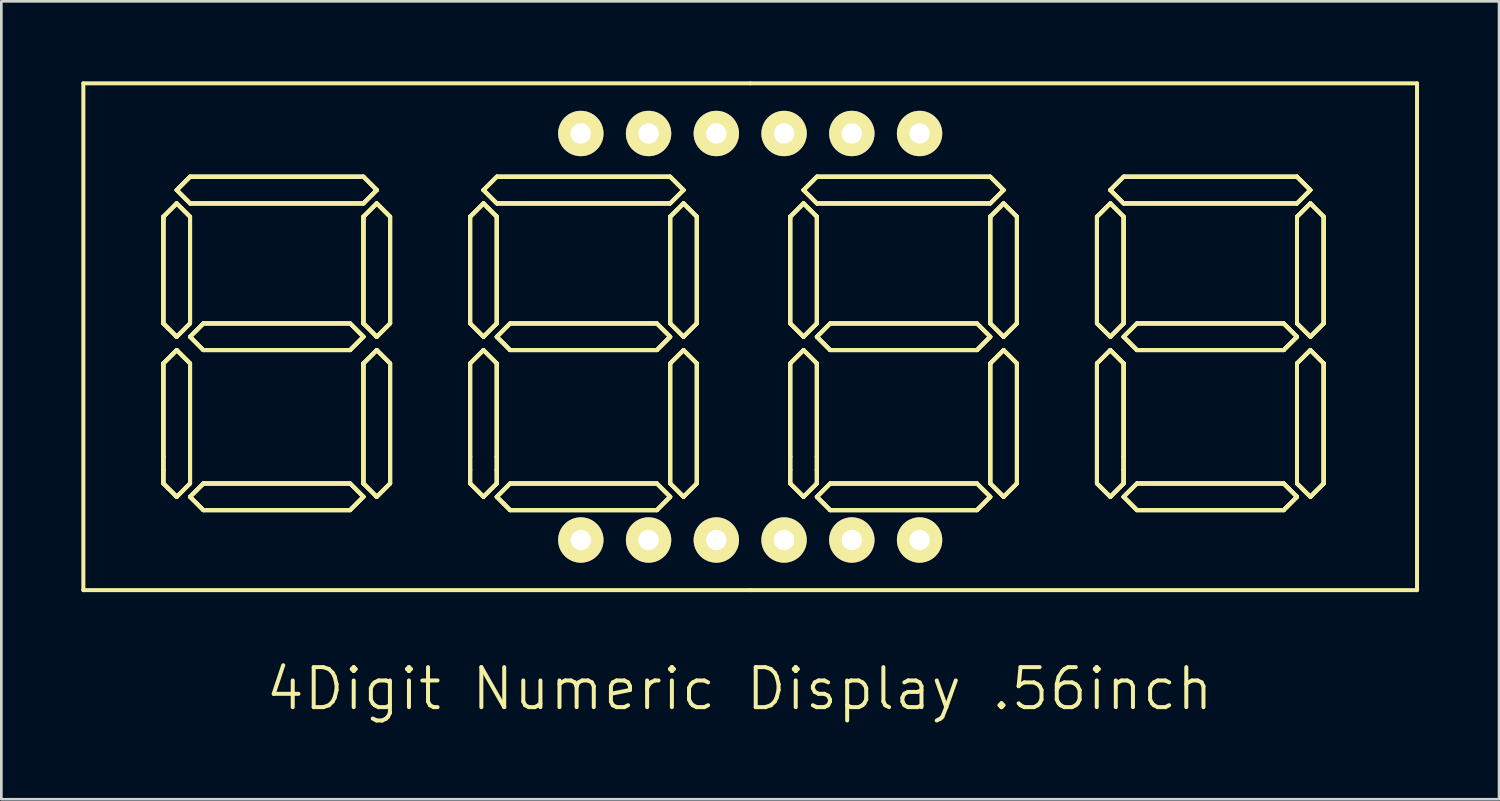
<source format=kicad_pcb>
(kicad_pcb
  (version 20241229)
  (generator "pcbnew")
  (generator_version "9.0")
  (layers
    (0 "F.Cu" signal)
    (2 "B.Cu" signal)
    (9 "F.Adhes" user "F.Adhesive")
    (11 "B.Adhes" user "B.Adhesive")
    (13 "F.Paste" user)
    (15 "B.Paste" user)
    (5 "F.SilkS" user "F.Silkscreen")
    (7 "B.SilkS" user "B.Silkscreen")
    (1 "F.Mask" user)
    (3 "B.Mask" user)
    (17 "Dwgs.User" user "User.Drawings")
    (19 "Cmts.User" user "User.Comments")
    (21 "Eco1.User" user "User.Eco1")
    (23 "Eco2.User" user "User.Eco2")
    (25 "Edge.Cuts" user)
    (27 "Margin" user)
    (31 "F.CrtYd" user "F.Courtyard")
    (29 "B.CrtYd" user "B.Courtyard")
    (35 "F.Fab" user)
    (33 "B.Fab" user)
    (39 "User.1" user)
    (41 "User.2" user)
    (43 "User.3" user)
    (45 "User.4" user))
  (footprint "4Digit Numeric Display .56inch"
    (layer "F.Cu")
    (at 25.075 9.575)
    (property "Reference" "4Digit Numeric Display .56inch" (at -0.4 13.2 0) (layer "F.SilkS") (effects (font (size 1.5 1.5) (thickness 0.15))))
    (attr through_hole)
    (fp_line (start -25 -9.5) (end -25 9.5) (stroke (width 0.15) (type solid)) (layer "F.SilkS"))
    (fp_line (start -22 -4.5) (end -21.5 -5) (stroke (width 0.15) (type solid)) (layer "F.SilkS"))
    (fp_line (start -22 -4.5) (end -21.5 -5) (stroke (width 0.15) (type solid)) (layer "F.SilkS"))
    (fp_line (start -22 -4.5) (end -21.5 -5) (stroke (width 0.15) (type solid)) (layer "F.SilkS"))
    (fp_line (start -22 -4.5) (end -21.5 -5) (stroke (width 0.15) (type solid)) (layer "F.SilkS"))
    (fp_line (start -22 -0.5) (end -22 -4.5) (stroke (width 0.15) (type solid)) (layer "F.SilkS"))
    (fp_line (start -22 -0.5) (end -22 -4.5) (stroke (width 0.15) (type solid)) (layer "F.SilkS"))
    (fp_line (start -22 -0.5) (end -22 -4.5) (stroke (width 0.15) (type solid)) (layer "F.SilkS"))
    (fp_line (start -22 -0.5) (end -22 -4.5) (stroke (width 0.15) (type solid)) (layer "F.SilkS"))
    (fp_line (start -22 1) (end -21.5 0.5) (stroke (width 0.15) (type solid)) (layer "F.SilkS"))
    (fp_line (start -22 1) (end -21.5 0.5) (stroke (width 0.15) (type solid)) (layer "F.SilkS"))
    (fp_line (start -22 1) (end -21.5 0.5) (stroke (width 0.15) (type solid)) (layer "F.SilkS"))
    (fp_line (start -22 1) (end -21.5 0.5) (stroke (width 0.15) (type solid)) (layer "F.SilkS"))
    (fp_line (start -22 4.5) (end -22 1) (stroke (width 0.15) (type solid)) (layer "F.SilkS"))
    (fp_line (start -22 4.5) (end -22 1) (stroke (width 0.15) (type solid)) (layer "F.SilkS"))
    (fp_line (start -22 4.5) (end -22 1) (stroke (width 0.15) (type solid)) (layer "F.SilkS"))
    (fp_line (start -22 4.5) (end -22 1) (stroke (width 0.15) (type solid)) (layer "F.SilkS"))
    (fp_line (start -22 5) (end -22 4.5) (stroke (width 0.15) (type solid)) (layer "F.SilkS"))
    (fp_line (start -22 5) (end -22 4.5) (stroke (width 0.15) (type solid)) (layer "F.SilkS"))
    (fp_line (start -22 5) (end -22 4.5) (stroke (width 0.15) (type solid)) (layer "F.SilkS"))
    (fp_line (start -22 5) (end -22 4.5) (stroke (width 0.15) (type solid)) (layer "F.SilkS"))
    (fp_line (start -22 5.5) (end -22 5) (stroke (width 0.15) (type solid)) (layer "F.SilkS"))
    (fp_line (start -22 5.5) (end -22 5) (stroke (width 0.15) (type solid)) (layer "F.SilkS"))
    (fp_line (start -22 5.5) (end -22 5) (stroke (width 0.15) (type solid)) (layer "F.SilkS"))
    (fp_line (start -22 5.5) (end -22 5) (stroke (width 0.15) (type solid)) (layer "F.SilkS"))
    (fp_line (start -21.5 -5.5) (end -21 -6) (stroke (width 0.15) (type solid)) (layer "F.SilkS"))
    (fp_line (start -21.5 -5.5) (end -21 -6) (stroke (width 0.15) (type solid)) (layer "F.SilkS"))
    (fp_line (start -21.5 -5.5) (end -21 -6) (stroke (width 0.15) (type solid)) (layer "F.SilkS"))
    (fp_line (start -21.5 -5.5) (end -21 -6) (stroke (width 0.15) (type solid)) (layer "F.SilkS"))
    (fp_line (start -21.5 -5) (end -21 -4.5) (stroke (width 0.15) (type solid)) (layer "F.SilkS"))
    (fp_line (start -21.5 -5) (end -21 -4.5) (stroke (width 0.15) (type solid)) (layer "F.SilkS"))
    (fp_line (start -21.5 -5) (end -21 -4.5) (stroke (width 0.15) (type solid)) (layer "F.SilkS"))
    (fp_line (start -21.5 -5) (end -21 -4.5) (stroke (width 0.15) (type solid)) (layer "F.SilkS"))
    (fp_line (start -21.5 0) (end -22 -0.5) (stroke (width 0.15) (type solid)) (layer "F.SilkS"))
    (fp_line (start -21.5 0) (end -22 -0.5) (stroke (width 0.15) (type solid)) (layer "F.SilkS"))
    (fp_line (start -21.5 0) (end -22 -0.5) (stroke (width 0.15) (type solid)) (layer "F.SilkS"))
    (fp_line (start -21.5 0) (end -22 -0.5) (stroke (width 0.15) (type solid)) (layer "F.SilkS"))
    (fp_line (start -21.5 0.5) (end -21 1) (stroke (width 0.15) (type solid)) (layer "F.SilkS"))
    (fp_line (start -21.5 0.5) (end -21 1) (stroke (width 0.15) (type solid)) (layer "F.SilkS"))
    (fp_line (start -21.5 0.5) (end -21 1) (stroke (width 0.15) (type solid)) (layer "F.SilkS"))
    (fp_line (start -21.5 0.5) (end -21 1) (stroke (width 0.15) (type solid)) (layer "F.SilkS"))
    (fp_line (start -21.5 6) (end -22 5.5) (stroke (width 0.15) (type solid)) (layer "F.SilkS"))
    (fp_line (start -21.5 6) (end -22 5.5) (stroke (width 0.15) (type solid)) (layer "F.SilkS"))
    (fp_line (start -21.5 6) (end -22 5.5) (stroke (width 0.15) (type solid)) (layer "F.SilkS"))
    (fp_line (start -21.5 6) (end -22 5.5) (stroke (width 0.15) (type solid)) (layer "F.SilkS"))
    (fp_line (start -21 -6) (end -14.5 -6) (stroke (width 0.15) (type solid)) (layer "F.SilkS"))
    (fp_line (start -21 -6) (end -14.5 -6) (stroke (width 0.15) (type solid)) (layer "F.SilkS"))
    (fp_line (start -21 -6) (end -14.5 -6) (stroke (width 0.15) (type solid)) (layer "F.SilkS"))
    (fp_line (start -21 -6) (end -14.5 -6) (stroke (width 0.15) (type solid)) (layer "F.SilkS"))
    (fp_line (start -21 -5) (end -21.5 -5.5) (stroke (width 0.15) (type solid)) (layer "F.SilkS"))
    (fp_line (start -21 -5) (end -21.5 -5.5) (stroke (width 0.15) (type solid)) (layer "F.SilkS"))
    (fp_line (start -21 -5) (end -21.5 -5.5) (stroke (width 0.15) (type solid)) (layer "F.SilkS"))
    (fp_line (start -21 -5) (end -21.5 -5.5) (stroke (width 0.15) (type solid)) (layer "F.SilkS"))
    (fp_line (start -21 -4.5) (end -21 -0.5) (stroke (width 0.15) (type solid)) (layer "F.SilkS"))
    (fp_line (start -21 -4.5) (end -21 -0.5) (stroke (width 0.15) (type solid)) (layer "F.SilkS"))
    (fp_line (start -21 -4.5) (end -21 -0.5) (stroke (width 0.15) (type solid)) (layer "F.SilkS"))
    (fp_line (start -21 -4.5) (end -21 -0.5) (stroke (width 0.15) (type solid)) (layer "F.SilkS"))
    (fp_line (start -21 -0.5) (end -21.5 0) (stroke (width 0.15) (type solid)) (layer "F.SilkS"))
    (fp_line (start -21 -0.5) (end -21.5 0) (stroke (width 0.15) (type solid)) (layer "F.SilkS"))
    (fp_line (start -21 -0.5) (end -21.5 0) (stroke (width 0.15) (type solid)) (layer "F.SilkS"))
    (fp_line (start -21 -0.5) (end -21.5 0) (stroke (width 0.15) (type solid)) (layer "F.SilkS"))
    (fp_line (start -21 0) (end -20.5 -0.5) (stroke (width 0.15) (type solid)) (layer "F.SilkS"))
    (fp_line (start -21 0) (end -20.5 -0.5) (stroke (width 0.15) (type solid)) (layer "F.SilkS"))
    (fp_line (start -21 0) (end -20.5 -0.5) (stroke (width 0.15) (type solid)) (layer "F.SilkS"))
    (fp_line (start -21 0) (end -20.5 -0.5) (stroke (width 0.15) (type solid)) (layer "F.SilkS"))
    (fp_line (start -21 1) (end -21 4.5) (stroke (width 0.15) (type solid)) (layer "F.SilkS"))
    (fp_line (start -21 1) (end -21 4.5) (stroke (width 0.15) (type solid)) (layer "F.SilkS"))
    (fp_line (start -21 1) (end -21 4.5) (stroke (width 0.15) (type solid)) (layer "F.SilkS"))
    (fp_line (start -21 1) (end -21 4.5) (stroke (width 0.15) (type solid)) (layer "F.SilkS"))
    (fp_line (start -21 4.5) (end -21 5) (stroke (width 0.15) (type solid)) (layer "F.SilkS"))
    (fp_line (start -21 4.5) (end -21 5) (stroke (width 0.15) (type solid)) (layer "F.SilkS"))
    (fp_line (start -21 4.5) (end -21 5) (stroke (width 0.15) (type solid)) (layer "F.SilkS"))
    (fp_line (start -21 4.5) (end -21 5) (stroke (width 0.15) (type solid)) (layer "F.SilkS"))
    (fp_line (start -21 5) (end -21 5.5) (stroke (width 0.15) (type solid)) (layer "F.SilkS"))
    (fp_line (start -21 5) (end -21 5.5) (stroke (width 0.15) (type solid)) (layer "F.SilkS"))
    (fp_line (start -21 5) (end -21 5.5) (stroke (width 0.15) (type solid)) (layer "F.SilkS"))
    (fp_line (start -21 5) (end -21 5.5) (stroke (width 0.15) (type solid)) (layer "F.SilkS"))
    (fp_line (start -21 5.5) (end -21.5 6) (stroke (width 0.15) (type solid)) (layer "F.SilkS"))
    (fp_line (start -21 5.5) (end -21.5 6) (stroke (width 0.15) (type solid)) (layer "F.SilkS"))
    (fp_line (start -21 5.5) (end -21.5 6) (stroke (width 0.15) (type solid)) (layer "F.SilkS"))
    (fp_line (start -21 5.5) (end -21.5 6) (stroke (width 0.15) (type solid)) (layer "F.SilkS"))
    (fp_line (start -21 6) (end -20.5 5.5) (stroke (width 0.15) (type solid)) (layer "F.SilkS"))
    (fp_line (start -21 6) (end -20.5 5.5) (stroke (width 0.15) (type solid)) (layer "F.SilkS"))
    (fp_line (start -21 6) (end -20.5 5.5) (stroke (width 0.15) (type solid)) (layer "F.SilkS"))
    (fp_line (start -21 6) (end -20.5 5.5) (stroke (width 0.15) (type solid)) (layer "F.SilkS"))
    (fp_line (start -20.5 -0.5) (end -15 -0.5) (stroke (width 0.15) (type solid)) (layer "F.SilkS"))
    (fp_line (start -20.5 -0.5) (end -15 -0.5) (stroke (width 0.15) (type solid)) (layer "F.SilkS"))
    (fp_line (start -20.5 -0.5) (end -15 -0.5) (stroke (width 0.15) (type solid)) (layer "F.SilkS"))
    (fp_line (start -20.5 -0.5) (end -15 -0.5) (stroke (width 0.15) (type solid)) (layer "F.SilkS"))
    (fp_line (start -20.5 0.5) (end -21 0) (stroke (width 0.15) (type solid)) (layer "F.SilkS"))
    (fp_line (start -20.5 0.5) (end -21 0) (stroke (width 0.15) (type solid)) (layer "F.SilkS"))
    (fp_line (start -20.5 0.5) (end -21 0) (stroke (width 0.15) (type solid)) (layer "F.SilkS"))
    (fp_line (start -20.5 0.5) (end -21 0) (stroke (width 0.15) (type solid)) (layer "F.SilkS"))
    (fp_line (start -20.5 5.5) (end -15 5.5) (stroke (width 0.15) (type solid)) (layer "F.SilkS"))
    (fp_line (start -20.5 5.5) (end -15 5.5) (stroke (width 0.15) (type solid)) (layer "F.SilkS"))
    (fp_line (start -20.5 5.5) (end -15 5.5) (stroke (width 0.15) (type solid)) (layer "F.SilkS"))
    (fp_line (start -20.5 5.5) (end -15 5.5) (stroke (width 0.15) (type solid)) (layer "F.SilkS"))
    (fp_line (start -20.5 6.5) (end -21 6) (stroke (width 0.15) (type solid)) (layer "F.SilkS"))
    (fp_line (start -20.5 6.5) (end -21 6) (stroke (width 0.15) (type solid)) (layer "F.SilkS"))
    (fp_line (start -20.5 6.5) (end -21 6) (stroke (width 0.15) (type solid)) (layer "F.SilkS"))
    (fp_line (start -20.5 6.5) (end -21 6) (stroke (width 0.15) (type solid)) (layer "F.SilkS"))
    (fp_line (start -15 -0.5) (end -14.5 0) (stroke (width 0.15) (type solid)) (layer "F.SilkS"))
    (fp_line (start -15 -0.5) (end -14.5 0) (stroke (width 0.15) (type solid)) (layer "F.SilkS"))
    (fp_line (start -15 -0.5) (end -14.5 0) (stroke (width 0.15) (type solid)) (layer "F.SilkS"))
    (fp_line (start -15 -0.5) (end -14.5 0) (stroke (width 0.15) (type solid)) (layer "F.SilkS"))
    (fp_line (start -15 0.5) (end -20.5 0.5) (stroke (width 0.15) (type solid)) (layer "F.SilkS"))
    (fp_line (start -15 0.5) (end -20.5 0.5) (stroke (width 0.15) (type solid)) (layer "F.SilkS"))
    (fp_line (start -15 0.5) (end -20.5 0.5) (stroke (width 0.15) (type solid)) (layer "F.SilkS"))
    (fp_line (start -15 0.5) (end -20.5 0.5) (stroke (width 0.15) (type solid)) (layer "F.SilkS"))
    (fp_line (start -15 5.5) (end -14.5 6) (stroke (width 0.15) (type solid)) (layer "F.SilkS"))
    (fp_line (start -15 5.5) (end -14.5 6) (stroke (width 0.15) (type solid)) (layer "F.SilkS"))
    (fp_line (start -15 5.5) (end -14.5 6) (stroke (width 0.15) (type solid)) (layer "F.SilkS"))
    (fp_line (start -15 5.5) (end -14.5 6) (stroke (width 0.15) (type solid)) (layer "F.SilkS"))
    (fp_line (start -15 6.5) (end -20.5 6.5) (stroke (width 0.15) (type solid)) (layer "F.SilkS"))
    (fp_line (start -15 6.5) (end -20.5 6.5) (stroke (width 0.15) (type solid)) (layer "F.SilkS"))
    (fp_line (start -15 6.5) (end -20.5 6.5) (stroke (width 0.15) (type solid)) (layer "F.SilkS"))
    (fp_line (start -15 6.5) (end -20.5 6.5) (stroke (width 0.15) (type solid)) (layer "F.SilkS"))
    (fp_line (start -14.5 -6) (end -14 -5.5) (stroke (width 0.15) (type solid)) (layer "F.SilkS"))
    (fp_line (start -14.5 -6) (end -14 -5.5) (stroke (width 0.15) (type solid)) (layer "F.SilkS"))
    (fp_line (start -14.5 -6) (end -14 -5.5) (stroke (width 0.15) (type solid)) (layer "F.SilkS"))
    (fp_line (start -14.5 -6) (end -14 -5.5) (stroke (width 0.15) (type solid)) (layer "F.SilkS"))
    (fp_line (start -14.5 -5) (end -21 -5) (stroke (width 0.15) (type solid)) (layer "F.SilkS"))
    (fp_line (start -14.5 -5) (end -21 -5) (stroke (width 0.15) (type solid)) (layer "F.SilkS"))
    (fp_line (start -14.5 -5) (end -21 -5) (stroke (width 0.15) (type solid)) (layer "F.SilkS"))
    (fp_line (start -14.5 -5) (end -21 -5) (stroke (width 0.15) (type solid)) (layer "F.SilkS"))
    (fp_line (start -14.5 -4.5) (end -14.5 -0.5) (stroke (width 0.15) (type solid)) (layer "F.SilkS"))
    (fp_line (start -14.5 -4.5) (end -14.5 -0.5) (stroke (width 0.15) (type solid)) (layer "F.SilkS"))
    (fp_line (start -14.5 -4.5) (end -14.5 -0.5) (stroke (width 0.15) (type solid)) (layer "F.SilkS"))
    (fp_line (start -14.5 -4.5) (end -14.5 -0.5) (stroke (width 0.15) (type solid)) (layer "F.SilkS"))
    (fp_line (start -14.5 -0.5) (end -14 0) (stroke (width 0.15) (type solid)) (layer "F.SilkS"))
    (fp_line (start -14.5 -0.5) (end -14 0) (stroke (width 0.15) (type solid)) (layer "F.SilkS"))
    (fp_line (start -14.5 -0.5) (end -14 0) (stroke (width 0.15) (type solid)) (layer "F.SilkS"))
    (fp_line (start -14.5 -0.5) (end -14 0) (stroke (width 0.15) (type solid)) (layer "F.SilkS"))
    (fp_line (start -14.5 0) (end -15 0.5) (stroke (width 0.15) (type solid)) (layer "F.SilkS"))
    (fp_line (start -14.5 0) (end -15 0.5) (stroke (width 0.15) (type solid)) (layer "F.SilkS"))
    (fp_line (start -14.5 0) (end -15 0.5) (stroke (width 0.15) (type solid)) (layer "F.SilkS"))
    (fp_line (start -14.5 0) (end -15 0.5) (stroke (width 0.15) (type solid)) (layer "F.SilkS"))
    (fp_line (start -14.5 1) (end -14.5 5.5) (stroke (width 0.15) (type solid)) (layer "F.SilkS"))
    (fp_line (start -14.5 1) (end -14.5 5.5) (stroke (width 0.15) (type solid)) (layer "F.SilkS"))
    (fp_line (start -14.5 1) (end -14.5 5.5) (stroke (width 0.15) (type solid)) (layer "F.SilkS"))
    (fp_line (start -14.5 1) (end -14.5 5.5) (stroke (width 0.15) (type solid)) (layer "F.SilkS"))
    (fp_line (start -14.5 5.5) (end -14 6) (stroke (width 0.15) (type solid)) (layer "F.SilkS"))
    (fp_line (start -14.5 5.5) (end -14 6) (stroke (width 0.15) (type solid)) (layer "F.SilkS"))
    (fp_line (start -14.5 5.5) (end -14 6) (stroke (width 0.15) (type solid)) (layer "F.SilkS"))
    (fp_line (start -14.5 5.5) (end -14 6) (stroke (width 0.15) (type solid)) (layer "F.SilkS"))
    (fp_line (start -14.5 6) (end -15 6.5) (stroke (width 0.15) (type solid)) (layer "F.SilkS"))
    (fp_line (start -14.5 6) (end -15 6.5) (stroke (width 0.15) (type solid)) (layer "F.SilkS"))
    (fp_line (start -14.5 6) (end -15 6.5) (stroke (width 0.15) (type solid)) (layer "F.SilkS"))
    (fp_line (start -14.5 6) (end -15 6.5) (stroke (width 0.15) (type solid)) (layer "F.SilkS"))
    (fp_line (start -14 -5.5) (end -14.5 -5) (stroke (width 0.15) (type solid)) (layer "F.SilkS"))
    (fp_line (start -14 -5.5) (end -14.5 -5) (stroke (width 0.15) (type solid)) (layer "F.SilkS"))
    (fp_line (start -14 -5.5) (end -14.5 -5) (stroke (width 0.15) (type solid)) (layer "F.SilkS"))
    (fp_line (start -14 -5.5) (end -14.5 -5) (stroke (width 0.15) (type solid)) (layer "F.SilkS"))
    (fp_line (start -14 -5) (end -14.5 -4.5) (stroke (width 0.15) (type solid)) (layer "F.SilkS"))
    (fp_line (start -14 -5) (end -14.5 -4.5) (stroke (width 0.15) (type solid)) (layer "F.SilkS"))
    (fp_line (start -14 -5) (end -14.5 -4.5) (stroke (width 0.15) (type solid)) (layer "F.SilkS"))
    (fp_line (start -14 -5) (end -14.5 -4.5) (stroke (width 0.15) (type solid)) (layer "F.SilkS"))
    (fp_line (start -14 0) (end -13.5 -0.5) (stroke (width 0.15) (type solid)) (layer "F.SilkS"))
    (fp_line (start -14 0) (end -13.5 -0.5) (stroke (width 0.15) (type solid)) (layer "F.SilkS"))
    (fp_line (start -14 0) (end -13.5 -0.5) (stroke (width 0.15) (type solid)) (layer "F.SilkS"))
    (fp_line (start -14 0) (end -13.5 -0.5) (stroke (width 0.15) (type solid)) (layer "F.SilkS"))
    (fp_line (start -14 0.5) (end -14.5 1) (stroke (width 0.15) (type solid)) (layer "F.SilkS"))
    (fp_line (start -14 0.5) (end -14.5 1) (stroke (width 0.15) (type solid)) (layer "F.SilkS"))
    (fp_line (start -14 0.5) (end -14.5 1) (stroke (width 0.15) (type solid)) (layer "F.SilkS"))
    (fp_line (start -14 0.5) (end -14.5 1) (stroke (width 0.15) (type solid)) (layer "F.SilkS"))
    (fp_line (start -14 6) (end -13.5 5.5) (stroke (width 0.15) (type solid)) (layer "F.SilkS"))
    (fp_line (start -14 6) (end -13.5 5.5) (stroke (width 0.15) (type solid)) (layer "F.SilkS"))
    (fp_line (start -14 6) (end -13.5 5.5) (stroke (width 0.15) (type solid)) (layer "F.SilkS"))
    (fp_line (start -14 6) (end -13.5 5.5) (stroke (width 0.15) (type solid)) (layer "F.SilkS"))
    (fp_line (start -13.5 -4.5) (end -14 -5) (stroke (width 0.15) (type solid)) (layer "F.SilkS"))
    (fp_line (start -13.5 -4.5) (end -14 -5) (stroke (width 0.15) (type solid)) (layer "F.SilkS"))
    (fp_line (start -13.5 -4.5) (end -14 -5) (stroke (width 0.15) (type solid)) (layer "F.SilkS"))
    (fp_line (start -13.5 -4.5) (end -14 -5) (stroke (width 0.15) (type solid)) (layer "F.SilkS"))
    (fp_line (start -13.5 -0.5) (end -13.5 -4.5) (stroke (width 0.15) (type solid)) (layer "F.SilkS"))
    (fp_line (start -13.5 -0.5) (end -13.5 -4.5) (stroke (width 0.15) (type solid)) (layer "F.SilkS"))
    (fp_line (start -13.5 -0.5) (end -13.5 -4.5) (stroke (width 0.15) (type solid)) (layer "F.SilkS"))
    (fp_line (start -13.5 -0.5) (end -13.5 -4.5) (stroke (width 0.15) (type solid)) (layer "F.SilkS"))
    (fp_line (start -13.5 1) (end -14 0.5) (stroke (width 0.15) (type solid)) (layer "F.SilkS"))
    (fp_line (start -13.5 1) (end -14 0.5) (stroke (width 0.15) (type solid)) (layer "F.SilkS"))
    (fp_line (start -13.5 1) (end -14 0.5) (stroke (width 0.15) (type solid)) (layer "F.SilkS"))
    (fp_line (start -13.5 1) (end -14 0.5) (stroke (width 0.15) (type solid)) (layer "F.SilkS"))
    (fp_line (start -13.5 5.5) (end -13.5 1) (stroke (width 0.15) (type solid)) (layer "F.SilkS"))
    (fp_line (start -13.5 5.5) (end -13.5 1) (stroke (width 0.15) (type solid)) (layer "F.SilkS"))
    (fp_line (start -13.5 5.5) (end -13.5 1) (stroke (width 0.15) (type solid)) (layer "F.SilkS"))
    (fp_line (start -13.5 5.5) (end -13.5 1) (stroke (width 0.15) (type solid)) (layer "F.SilkS"))
    (fp_line (start -10.5 -4.5) (end -10 -5) (stroke (width 0.15) (type solid)) (layer "F.SilkS"))
    (fp_line (start -10.5 -4.5) (end -10 -5) (stroke (width 0.15) (type solid)) (layer "F.SilkS"))
    (fp_line (start -10.5 -4.5) (end -10 -5) (stroke (width 0.15) (type solid)) (layer "F.SilkS"))
    (fp_line (start -10.5 -4.5) (end -10 -5) (stroke (width 0.15) (type solid)) (layer "F.SilkS"))
    (fp_line (start -10.5 -0.5) (end -10.5 -4.5) (stroke (width 0.15) (type solid)) (layer "F.SilkS"))
    (fp_line (start -10.5 -0.5) (end -10.5 -4.5) (stroke (width 0.15) (type solid)) (layer "F.SilkS"))
    (fp_line (start -10.5 -0.5) (end -10.5 -4.5) (stroke (width 0.15) (type solid)) (layer "F.SilkS"))
    (fp_line (start -10.5 -0.5) (end -10.5 -4.5) (stroke (width 0.15) (type solid)) (layer "F.SilkS"))
    (fp_line (start -10.5 1) (end -10 0.5) (stroke (width 0.15) (type solid)) (layer "F.SilkS"))
    (fp_line (start -10.5 1) (end -10 0.5) (stroke (width 0.15) (type solid)) (layer "F.SilkS"))
    (fp_line (start -10.5 1) (end -10 0.5) (stroke (width 0.15) (type solid)) (layer "F.SilkS"))
    (fp_line (start -10.5 1) (end -10 0.5) (stroke (width 0.15) (type solid)) (layer "F.SilkS"))
    (fp_line (start -10.5 4.5) (end -10.5 1) (stroke (width 0.15) (type solid)) (layer "F.SilkS"))
    (fp_line (start -10.5 4.5) (end -10.5 1) (stroke (width 0.15) (type solid)) (layer "F.SilkS"))
    (fp_line (start -10.5 4.5) (end -10.5 1) (stroke (width 0.15) (type solid)) (layer "F.SilkS"))
    (fp_line (start -10.5 4.5) (end -10.5 1) (stroke (width 0.15) (type solid)) (layer "F.SilkS"))
    (fp_line (start -10.5 5) (end -10.5 4.5) (stroke (width 0.15) (type solid)) (layer "F.SilkS"))
    (fp_line (start -10.5 5) (end -10.5 4.5) (stroke (width 0.15) (type solid)) (layer "F.SilkS"))
    (fp_line (start -10.5 5) (end -10.5 4.5) (stroke (width 0.15) (type solid)) (layer "F.SilkS"))
    (fp_line (start -10.5 5) (end -10.5 4.5) (stroke (width 0.15) (type solid)) (layer "F.SilkS"))
    (fp_line (start -10.5 5.5) (end -10.5 5) (stroke (width 0.15) (type solid)) (layer "F.SilkS"))
    (fp_line (start -10.5 5.5) (end -10.5 5) (stroke (width 0.15) (type solid)) (layer "F.SilkS"))
    (fp_line (start -10.5 5.5) (end -10.5 5) (stroke (width 0.15) (type solid)) (layer "F.SilkS"))
    (fp_line (start -10.5 5.5) (end -10.5 5) (stroke (width 0.15) (type solid)) (layer "F.SilkS"))
    (fp_line (start -10 -5.5) (end -9.5 -6) (stroke (width 0.15) (type solid)) (layer "F.SilkS"))
    (fp_line (start -10 -5.5) (end -9.5 -6) (stroke (width 0.15) (type solid)) (layer "F.SilkS"))
    (fp_line (start -10 -5.5) (end -9.5 -6) (stroke (width 0.15) (type solid)) (layer "F.SilkS"))
    (fp_line (start -10 -5.5) (end -9.5 -6) (stroke (width 0.15) (type solid)) (layer "F.SilkS"))
    (fp_line (start -10 -5) (end -9.5 -4.5) (stroke (width 0.15) (type solid)) (layer "F.SilkS"))
    (fp_line (start -10 -5) (end -9.5 -4.5) (stroke (width 0.15) (type solid)) (layer "F.SilkS"))
    (fp_line (start -10 -5) (end -9.5 -4.5) (stroke (width 0.15) (type solid)) (layer "F.SilkS"))
    (fp_line (start -10 -5) (end -9.5 -4.5) (stroke (width 0.15) (type solid)) (layer "F.SilkS"))
    (fp_line (start -10 0) (end -10.5 -0.5) (stroke (width 0.15) (type solid)) (layer "F.SilkS"))
    (fp_line (start -10 0) (end -10.5 -0.5) (stroke (width 0.15) (type solid)) (layer "F.SilkS"))
    (fp_line (start -10 0) (end -10.5 -0.5) (stroke (width 0.15) (type solid)) (layer "F.SilkS"))
    (fp_line (start -10 0) (end -10.5 -0.5) (stroke (width 0.15) (type solid)) (layer "F.SilkS"))
    (fp_line (start -10 0.5) (end -9.5 1) (stroke (width 0.15) (type solid)) (layer "F.SilkS"))
    (fp_line (start -10 0.5) (end -9.5 1) (stroke (width 0.15) (type solid)) (layer "F.SilkS"))
    (fp_line (start -10 0.5) (end -9.5 1) (stroke (width 0.15) (type solid)) (layer "F.SilkS"))
    (fp_line (start -10 0.5) (end -9.5 1) (stroke (width 0.15) (type solid)) (layer "F.SilkS"))
    (fp_line (start -10 6) (end -10.5 5.5) (stroke (width 0.15) (type solid)) (layer "F.SilkS"))
    (fp_line (start -10 6) (end -10.5 5.5) (stroke (width 0.15) (type solid)) (layer "F.SilkS"))
    (fp_line (start -10 6) (end -10.5 5.5) (stroke (width 0.15) (type solid)) (layer "F.SilkS"))
    (fp_line (start -10 6) (end -10.5 5.5) (stroke (width 0.15) (type solid)) (layer "F.SilkS"))
    (fp_line (start -9.5 -6) (end -3 -6) (stroke (width 0.15) (type solid)) (layer "F.SilkS"))
    (fp_line (start -9.5 -6) (end -3 -6) (stroke (width 0.15) (type solid)) (layer "F.SilkS"))
    (fp_line (start -9.5 -6) (end -3 -6) (stroke (width 0.15) (type solid)) (layer "F.SilkS"))
    (fp_line (start -9.5 -6) (end -3 -6) (stroke (width 0.15) (type solid)) (layer "F.SilkS"))
    (fp_line (start -9.5 -5) (end -10 -5.5) (stroke (width 0.15) (type solid)) (layer "F.SilkS"))
    (fp_line (start -9.5 -5) (end -10 -5.5) (stroke (width 0.15) (type solid)) (layer "F.SilkS"))
    (fp_line (start -9.5 -5) (end -10 -5.5) (stroke (width 0.15) (type solid)) (layer "F.SilkS"))
    (fp_line (start -9.5 -5) (end -10 -5.5) (stroke (width 0.15) (type solid)) (layer "F.SilkS"))
    (fp_line (start -9.5 -4.5) (end -9.5 -0.5) (stroke (width 0.15) (type solid)) (layer "F.SilkS"))
    (fp_line (start -9.5 -4.5) (end -9.5 -0.5) (stroke (width 0.15) (type solid)) (layer "F.SilkS"))
    (fp_line (start -9.5 -4.5) (end -9.5 -0.5) (stroke (width 0.15) (type solid)) (layer "F.SilkS"))
    (fp_line (start -9.5 -4.5) (end -9.5 -0.5) (stroke (width 0.15) (type solid)) (layer "F.SilkS"))
    (fp_line (start -9.5 -0.5) (end -10 0) (stroke (width 0.15) (type solid)) (layer "F.SilkS"))
    (fp_line (start -9.5 -0.5) (end -10 0) (stroke (width 0.15) (type solid)) (layer "F.SilkS"))
    (fp_line (start -9.5 -0.5) (end -10 0) (stroke (width 0.15) (type solid)) (layer "F.SilkS"))
    (fp_line (start -9.5 -0.5) (end -10 0) (stroke (width 0.15) (type solid)) (layer "F.SilkS"))
    (fp_line (start -9.5 0) (end -9 -0.5) (stroke (width 0.15) (type solid)) (layer "F.SilkS"))
    (fp_line (start -9.5 0) (end -9 -0.5) (stroke (width 0.15) (type solid)) (layer "F.SilkS"))
    (fp_line (start -9.5 0) (end -9 -0.5) (stroke (width 0.15) (type solid)) (layer "F.SilkS"))
    (fp_line (start -9.5 0) (end -9 -0.5) (stroke (width 0.15) (type solid)) (layer "F.SilkS"))
    (fp_line (start -9.5 1) (end -9.5 4.5) (stroke (width 0.15) (type solid)) (layer "F.SilkS"))
    (fp_line (start -9.5 1) (end -9.5 4.5) (stroke (width 0.15) (type solid)) (layer "F.SilkS"))
    (fp_line (start -9.5 1) (end -9.5 4.5) (stroke (width 0.15) (type solid)) (layer "F.SilkS"))
    (fp_line (start -9.5 1) (end -9.5 4.5) (stroke (width 0.15) (type solid)) (layer "F.SilkS"))
    (fp_line (start -9.5 4.5) (end -9.5 5) (stroke (width 0.15) (type solid)) (layer "F.SilkS"))
    (fp_line (start -9.5 4.5) (end -9.5 5) (stroke (width 0.15) (type solid)) (layer "F.SilkS"))
    (fp_line (start -9.5 4.5) (end -9.5 5) (stroke (width 0.15) (type solid)) (layer "F.SilkS"))
    (fp_line (start -9.5 4.5) (end -9.5 5) (stroke (width 0.15) (type solid)) (layer "F.SilkS"))
    (fp_line (start -9.5 5) (end -9.5 5.5) (stroke (width 0.15) (type solid)) (layer "F.SilkS"))
    (fp_line (start -9.5 5) (end -9.5 5.5) (stroke (width 0.15) (type solid)) (layer "F.SilkS"))
    (fp_line (start -9.5 5) (end -9.5 5.5) (stroke (width 0.15) (type solid)) (layer "F.SilkS"))
    (fp_line (start -9.5 5) (end -9.5 5.5) (stroke (width 0.15) (type solid)) (layer "F.SilkS"))
    (fp_line (start -9.5 5.5) (end -10 6) (stroke (width 0.15) (type solid)) (layer "F.SilkS"))
    (fp_line (start -9.5 5.5) (end -10 6) (stroke (width 0.15) (type solid)) (layer "F.SilkS"))
    (fp_line (start -9.5 5.5) (end -10 6) (stroke (width 0.15) (type solid)) (layer "F.SilkS"))
    (fp_line (start -9.5 5.5) (end -10 6) (stroke (width 0.15) (type solid)) (layer "F.SilkS"))
    (fp_line (start -9.5 6) (end -9 5.5) (stroke (width 0.15) (type solid)) (layer "F.SilkS"))
    (fp_line (start -9.5 6) (end -9 5.5) (stroke (width 0.15) (type solid)) (layer "F.SilkS"))
    (fp_line (start -9.5 6) (end -9 5.5) (stroke (width 0.15) (type solid)) (layer "F.SilkS"))
    (fp_line (start -9.5 6) (end -9 5.5) (stroke (width 0.15) (type solid)) (layer "F.SilkS"))
    (fp_line (start -9 -0.5) (end -3.5 -0.5) (stroke (width 0.15) (type solid)) (layer "F.SilkS"))
    (fp_line (start -9 -0.5) (end -3.5 -0.5) (stroke (width 0.15) (type solid)) (layer "F.SilkS"))
    (fp_line (start -9 -0.5) (end -3.5 -0.5) (stroke (width 0.15) (type solid)) (layer "F.SilkS"))
    (fp_line (start -9 -0.5) (end -3.5 -0.5) (stroke (width 0.15) (type solid)) (layer "F.SilkS"))
    (fp_line (start -9 0.5) (end -9.5 0) (stroke (width 0.15) (type solid)) (layer "F.SilkS"))
    (fp_line (start -9 0.5) (end -9.5 0) (stroke (width 0.15) (type solid)) (layer "F.SilkS"))
    (fp_line (start -9 0.5) (end -9.5 0) (stroke (width 0.15) (type solid)) (layer "F.SilkS"))
    (fp_line (start -9 0.5) (end -9.5 0) (stroke (width 0.15) (type solid)) (layer "F.SilkS"))
    (fp_line (start -9 5.5) (end -3.5 5.5) (stroke (width 0.15) (type solid)) (layer "F.SilkS"))
    (fp_line (start -9 5.5) (end -3.5 5.5) (stroke (width 0.15) (type solid)) (layer "F.SilkS"))
    (fp_line (start -9 5.5) (end -3.5 5.5) (stroke (width 0.15) (type solid)) (layer "F.SilkS"))
    (fp_line (start -9 5.5) (end -3.5 5.5) (stroke (width 0.15) (type solid)) (layer "F.SilkS"))
    (fp_line (start -9 6.5) (end -9.5 6) (stroke (width 0.15) (type solid)) (layer "F.SilkS"))
    (fp_line (start -9 6.5) (end -9.5 6) (stroke (width 0.15) (type solid)) (layer "F.SilkS"))
    (fp_line (start -9 6.5) (end -9.5 6) (stroke (width 0.15) (type solid)) (layer "F.SilkS"))
    (fp_line (start -9 6.5) (end -9.5 6) (stroke (width 0.15) (type solid)) (layer "F.SilkS"))
    (fp_line (start -3.5 -0.5) (end -3 0) (stroke (width 0.15) (type solid)) (layer "F.SilkS"))
    (fp_line (start -3.5 -0.5) (end -3 0) (stroke (width 0.15) (type solid)) (layer "F.SilkS"))
    (fp_line (start -3.5 -0.5) (end -3 0) (stroke (width 0.15) (type solid)) (layer "F.SilkS"))
    (fp_line (start -3.5 -0.5) (end -3 0) (stroke (width 0.15) (type solid)) (layer "F.SilkS"))
    (fp_line (start -3.5 0.5) (end -9 0.5) (stroke (width 0.15) (type solid)) (layer "F.SilkS"))
    (fp_line (start -3.5 0.5) (end -9 0.5) (stroke (width 0.15) (type solid)) (layer "F.SilkS"))
    (fp_line (start -3.5 0.5) (end -9 0.5) (stroke (width 0.15) (type solid)) (layer "F.SilkS"))
    (fp_line (start -3.5 0.5) (end -9 0.5) (stroke (width 0.15) (type solid)) (layer "F.SilkS"))
    (fp_line (start -3.5 5.5) (end -3 6) (stroke (width 0.15) (type solid)) (layer "F.SilkS"))
    (fp_line (start -3.5 5.5) (end -3 6) (stroke (width 0.15) (type solid)) (layer "F.SilkS"))
    (fp_line (start -3.5 5.5) (end -3 6) (stroke (width 0.15) (type solid)) (layer "F.SilkS"))
    (fp_line (start -3.5 5.5) (end -3 6) (stroke (width 0.15) (type solid)) (layer "F.SilkS"))
    (fp_line (start -3.5 6.5) (end -9 6.5) (stroke (width 0.15) (type solid)) (layer "F.SilkS"))
    (fp_line (start -3.5 6.5) (end -9 6.5) (stroke (width 0.15) (type solid)) (layer "F.SilkS"))
    (fp_line (start -3.5 6.5) (end -9 6.5) (stroke (width 0.15) (type solid)) (layer "F.SilkS"))
    (fp_line (start -3.5 6.5) (end -9 6.5) (stroke (width 0.15) (type solid)) (layer "F.SilkS"))
    (fp_line (start -3 -6) (end -2.5 -5.5) (stroke (width 0.15) (type solid)) (layer "F.SilkS"))
    (fp_line (start -3 -6) (end -2.5 -5.5) (stroke (width 0.15) (type solid)) (layer "F.SilkS"))
    (fp_line (start -3 -6) (end -2.5 -5.5) (stroke (width 0.15) (type solid)) (layer "F.SilkS"))
    (fp_line (start -3 -6) (end -2.5 -5.5) (stroke (width 0.15) (type solid)) (layer "F.SilkS"))
    (fp_line (start -3 -5) (end -9.5 -5) (stroke (width 0.15) (type solid)) (layer "F.SilkS"))
    (fp_line (start -3 -5) (end -9.5 -5) (stroke (width 0.15) (type solid)) (layer "F.SilkS"))
    (fp_line (start -3 -5) (end -9.5 -5) (stroke (width 0.15) (type solid)) (layer "F.SilkS"))
    (fp_line (start -3 -5) (end -9.5 -5) (stroke (width 0.15) (type solid)) (layer "F.SilkS"))
    (fp_line (start -3 -4.5) (end -3 -0.5) (stroke (width 0.15) (type solid)) (layer "F.SilkS"))
    (fp_line (start -3 -4.5) (end -3 -0.5) (stroke (width 0.15) (type solid)) (layer "F.SilkS"))
    (fp_line (start -3 -4.5) (end -3 -0.5) (stroke (width 0.15) (type solid)) (layer "F.SilkS"))
    (fp_line (start -3 -4.5) (end -3 -0.5) (stroke (width 0.15) (type solid)) (layer "F.SilkS"))
    (fp_line (start -3 -0.5) (end -2.5 0) (stroke (width 0.15) (type solid)) (layer "F.SilkS"))
    (fp_line (start -3 -0.5) (end -2.5 0) (stroke (width 0.15) (type solid)) (layer "F.SilkS"))
    (fp_line (start -3 -0.5) (end -2.5 0) (stroke (width 0.15) (type solid)) (layer "F.SilkS"))
    (fp_line (start -3 -0.5) (end -2.5 0) (stroke (width 0.15) (type solid)) (layer "F.SilkS"))
    (fp_line (start -3 0) (end -3.5 0.5) (stroke (width 0.15) (type solid)) (layer "F.SilkS"))
    (fp_line (start -3 0) (end -3.5 0.5) (stroke (width 0.15) (type solid)) (layer "F.SilkS"))
    (fp_line (start -3 0) (end -3.5 0.5) (stroke (width 0.15) (type solid)) (layer "F.SilkS"))
    (fp_line (start -3 0) (end -3.5 0.5) (stroke (width 0.15) (type solid)) (layer "F.SilkS"))
    (fp_line (start -3 1) (end -3 5.5) (stroke (width 0.15) (type solid)) (layer "F.SilkS"))
    (fp_line (start -3 1) (end -3 5.5) (stroke (width 0.15) (type solid)) (layer "F.SilkS"))
    (fp_line (start -3 1) (end -3 5.5) (stroke (width 0.15) (type solid)) (layer "F.SilkS"))
    (fp_line (start -3 1) (end -3 5.5) (stroke (width 0.15) (type solid)) (layer "F.SilkS"))
    (fp_line (start -3 5.5) (end -2.5 6) (stroke (width 0.15) (type solid)) (layer "F.SilkS"))
    (fp_line (start -3 5.5) (end -2.5 6) (stroke (width 0.15) (type solid)) (layer "F.SilkS"))
    (fp_line (start -3 5.5) (end -2.5 6) (stroke (width 0.15) (type solid)) (layer "F.SilkS"))
    (fp_line (start -3 5.5) (end -2.5 6) (stroke (width 0.15) (type solid)) (layer "F.SilkS"))
    (fp_line (start -3 6) (end -3.5 6.5) (stroke (width 0.15) (type solid)) (layer "F.SilkS"))
    (fp_line (start -3 6) (end -3.5 6.5) (stroke (width 0.15) (type solid)) (layer "F.SilkS"))
    (fp_line (start -3 6) (end -3.5 6.5) (stroke (width 0.15) (type solid)) (layer "F.SilkS"))
    (fp_line (start -3 6) (end -3.5 6.5) (stroke (width 0.15) (type solid)) (layer "F.SilkS"))
    (fp_line (start -2.5 -5.5) (end -3 -5) (stroke (width 0.15) (type solid)) (layer "F.SilkS"))
    (fp_line (start -2.5 -5.5) (end -3 -5) (stroke (width 0.15) (type solid)) (layer "F.SilkS"))
    (fp_line (start -2.5 -5.5) (end -3 -5) (stroke (width 0.15) (type solid)) (layer "F.SilkS"))
    (fp_line (start -2.5 -5.5) (end -3 -5) (stroke (width 0.15) (type solid)) (layer "F.SilkS"))
    (fp_line (start -2.5 -5) (end -3 -4.5) (stroke (width 0.15) (type solid)) (layer "F.SilkS"))
    (fp_line (start -2.5 -5) (end -3 -4.5) (stroke (width 0.15) (type solid)) (layer "F.SilkS"))
    (fp_line (start -2.5 -5) (end -3 -4.5) (stroke (width 0.15) (type solid)) (layer "F.SilkS"))
    (fp_line (start -2.5 -5) (end -3 -4.5) (stroke (width 0.15) (type solid)) (layer "F.SilkS"))
    (fp_line (start -2.5 0) (end -2 -0.5) (stroke (width 0.15) (type solid)) (layer "F.SilkS"))
    (fp_line (start -2.5 0) (end -2 -0.5) (stroke (width 0.15) (type solid)) (layer "F.SilkS"))
    (fp_line (start -2.5 0) (end -2 -0.5) (stroke (width 0.15) (type solid)) (layer "F.SilkS"))
    (fp_line (start -2.5 0) (end -2 -0.5) (stroke (width 0.15) (type solid)) (layer "F.SilkS"))
    (fp_line (start -2.5 0.5) (end -3 1) (stroke (width 0.15) (type solid)) (layer "F.SilkS"))
    (fp_line (start -2.5 0.5) (end -3 1) (stroke (width 0.15) (type solid)) (layer "F.SilkS"))
    (fp_line (start -2.5 0.5) (end -3 1) (stroke (width 0.15) (type solid)) (layer "F.SilkS"))
    (fp_line (start -2.5 0.5) (end -3 1) (stroke (width 0.15) (type solid)) (layer "F.SilkS"))
    (fp_line (start -2.5 6) (end -2 5.5) (stroke (width 0.15) (type solid)) (layer "F.SilkS"))
    (fp_line (start -2.5 6) (end -2 5.5) (stroke (width 0.15) (type solid)) (layer "F.SilkS"))
    (fp_line (start -2.5 6) (end -2 5.5) (stroke (width 0.15) (type solid)) (layer "F.SilkS"))
    (fp_line (start -2.5 6) (end -2 5.5) (stroke (width 0.15) (type solid)) (layer "F.SilkS"))
    (fp_line (start -2 -4.5) (end -2.5 -5) (stroke (width 0.15) (type solid)) (layer "F.SilkS"))
    (fp_line (start -2 -4.5) (end -2.5 -5) (stroke (width 0.15) (type solid)) (layer "F.SilkS"))
    (fp_line (start -2 -4.5) (end -2.5 -5) (stroke (width 0.15) (type solid)) (layer "F.SilkS"))
    (fp_line (start -2 -4.5) (end -2.5 -5) (stroke (width 0.15) (type solid)) (layer "F.SilkS"))
    (fp_line (start -2 -0.5) (end -2 -4.5) (stroke (width 0.15) (type solid)) (layer "F.SilkS"))
    (fp_line (start -2 -0.5) (end -2 -4.5) (stroke (width 0.15) (type solid)) (layer "F.SilkS"))
    (fp_line (start -2 -0.5) (end -2 -4.5) (stroke (width 0.15) (type solid)) (layer "F.SilkS"))
    (fp_line (start -2 -0.5) (end -2 -4.5) (stroke (width 0.15) (type solid)) (layer "F.SilkS"))
    (fp_line (start -2 1) (end -2.5 0.5) (stroke (width 0.15) (type solid)) (layer "F.SilkS"))
    (fp_line (start -2 1) (end -2.5 0.5) (stroke (width 0.15) (type solid)) (layer "F.SilkS"))
    (fp_line (start -2 1) (end -2.5 0.5) (stroke (width 0.15) (type solid)) (layer "F.SilkS"))
    (fp_line (start -2 1) (end -2.5 0.5) (stroke (width 0.15) (type solid)) (layer "F.SilkS"))
    (fp_line (start -2 5.5) (end -2 1) (stroke (width 0.15) (type solid)) (layer "F.SilkS"))
    (fp_line (start -2 5.5) (end -2 1) (stroke (width 0.15) (type solid)) (layer "F.SilkS"))
    (fp_line (start -2 5.5) (end -2 1) (stroke (width 0.15) (type solid)) (layer "F.SilkS"))
    (fp_line (start -2 5.5) (end -2 1) (stroke (width 0.15) (type solid)) (layer "F.SilkS"))
    (fp_line (start 0 -9.5) (end -25 -9.5) (stroke (width 0.15) (type solid)) (layer "F.SilkS"))
    (fp_line (start 0 -9.5) (end 25 -9.5) (stroke (width 0.15) (type solid)) (layer "F.SilkS"))
    (fp_line (start 0 9.5) (end -25 9.5) (stroke (width 0.15) (type solid)) (layer "F.SilkS"))
    (fp_line (start 0 9.5) (end 25 9.5) (stroke (width 0.15) (type solid)) (layer "F.SilkS"))
    (fp_line (start 1.5 -4.5) (end 2 -5) (stroke (width 0.15) (type solid)) (layer "F.SilkS"))
    (fp_line (start 1.5 -4.5) (end 2 -5) (stroke (width 0.15) (type solid)) (layer "F.SilkS"))
    (fp_line (start 1.5 -4.5) (end 2 -5) (stroke (width 0.15) (type solid)) (layer "F.SilkS"))
    (fp_line (start 1.5 -4.5) (end 2 -5) (stroke (width 0.15) (type solid)) (layer "F.SilkS"))
    (fp_line (start 1.5 -0.5) (end 1.5 -4.5) (stroke (width 0.15) (type solid)) (layer "F.SilkS"))
    (fp_line (start 1.5 -0.5) (end 1.5 -4.5) (stroke (width 0.15) (type solid)) (layer "F.SilkS"))
    (fp_line (start 1.5 -0.5) (end 1.5 -4.5) (stroke (width 0.15) (type solid)) (layer "F.SilkS"))
    (fp_line (start 1.5 -0.5) (end 1.5 -4.5) (stroke (width 0.15) (type solid)) (layer "F.SilkS"))
    (fp_line (start 1.5 1) (end 2 0.5) (stroke (width 0.15) (type solid)) (layer "F.SilkS"))
    (fp_line (start 1.5 1) (end 2 0.5) (stroke (width 0.15) (type solid)) (layer "F.SilkS"))
    (fp_line (start 1.5 1) (end 2 0.5) (stroke (width 0.15) (type solid)) (layer "F.SilkS"))
    (fp_line (start 1.5 1) (end 2 0.5) (stroke (width 0.15) (type solid)) (layer "F.SilkS"))
    (fp_line (start 1.5 4.5) (end 1.5 1) (stroke (width 0.15) (type solid)) (layer "F.SilkS"))
    (fp_line (start 1.5 4.5) (end 1.5 1) (stroke (width 0.15) (type solid)) (layer "F.SilkS"))
    (fp_line (start 1.5 4.5) (end 1.5 1) (stroke (width 0.15) (type solid)) (layer "F.SilkS"))
    (fp_line (start 1.5 4.5) (end 1.5 1) (stroke (width 0.15) (type solid)) (layer "F.SilkS"))
    (fp_line (start 1.5 5) (end 1.5 4.5) (stroke (width 0.15) (type solid)) (layer "F.SilkS"))
    (fp_line (start 1.5 5) (end 1.5 4.5) (stroke (width 0.15) (type solid)) (layer "F.SilkS"))
    (fp_line (start 1.5 5) (end 1.5 4.5) (stroke (width 0.15) (type solid)) (layer "F.SilkS"))
    (fp_line (start 1.5 5) (end 1.5 4.5) (stroke (width 0.15) (type solid)) (layer "F.SilkS"))
    (fp_line (start 1.5 5.5) (end 1.5 5) (stroke (width 0.15) (type solid)) (layer "F.SilkS"))
    (fp_line (start 1.5 5.5) (end 1.5 5) (stroke (width 0.15) (type solid)) (layer "F.SilkS"))
    (fp_line (start 1.5 5.5) (end 1.5 5) (stroke (width 0.15) (type solid)) (layer "F.SilkS"))
    (fp_line (start 1.5 5.5) (end 1.5 5) (stroke (width 0.15) (type solid)) (layer "F.SilkS"))
    (fp_line (start 2 -5.5) (end 2.5 -6) (stroke (width 0.15) (type solid)) (layer "F.SilkS"))
    (fp_line (start 2 -5.5) (end 2.5 -6) (stroke (width 0.15) (type solid)) (layer "F.SilkS"))
    (fp_line (start 2 -5.5) (end 2.5 -6) (stroke (width 0.15) (type solid)) (layer "F.SilkS"))
    (fp_line (start 2 -5.5) (end 2.5 -6) (stroke (width 0.15) (type solid)) (layer "F.SilkS"))
    (fp_line (start 2 -5) (end 2.5 -4.5) (stroke (width 0.15) (type solid)) (layer "F.SilkS"))
    (fp_line (start 2 -5) (end 2.5 -4.5) (stroke (width 0.15) (type solid)) (layer "F.SilkS"))
    (fp_line (start 2 -5) (end 2.5 -4.5) (stroke (width 0.15) (type solid)) (layer "F.SilkS"))
    (fp_line (start 2 -5) (end 2.5 -4.5) (stroke (width 0.15) (type solid)) (layer "F.SilkS"))
    (fp_line (start 2 0) (end 1.5 -0.5) (stroke (width 0.15) (type solid)) (layer "F.SilkS"))
    (fp_line (start 2 0) (end 1.5 -0.5) (stroke (width 0.15) (type solid)) (layer "F.SilkS"))
    (fp_line (start 2 0) (end 1.5 -0.5) (stroke (width 0.15) (type solid)) (layer "F.SilkS"))
    (fp_line (start 2 0) (end 1.5 -0.5) (stroke (width 0.15) (type solid)) (layer "F.SilkS"))
    (fp_line (start 2 0.5) (end 2.5 1) (stroke (width 0.15) (type solid)) (layer "F.SilkS"))
    (fp_line (start 2 0.5) (end 2.5 1) (stroke (width 0.15) (type solid)) (layer "F.SilkS"))
    (fp_line (start 2 0.5) (end 2.5 1) (stroke (width 0.15) (type solid)) (layer "F.SilkS"))
    (fp_line (start 2 0.5) (end 2.5 1) (stroke (width 0.15) (type solid)) (layer "F.SilkS"))
    (fp_line (start 2 6) (end 1.5 5.5) (stroke (width 0.15) (type solid)) (layer "F.SilkS"))
    (fp_line (start 2 6) (end 1.5 5.5) (stroke (width 0.15) (type solid)) (layer "F.SilkS"))
    (fp_line (start 2 6) (end 1.5 5.5) (stroke (width 0.15) (type solid)) (layer "F.SilkS"))
    (fp_line (start 2 6) (end 1.5 5.5) (stroke (width 0.15) (type solid)) (layer "F.SilkS"))
    (fp_line (start 2.5 -6) (end 9 -6) (stroke (width 0.15) (type solid)) (layer "F.SilkS"))
    (fp_line (start 2.5 -6) (end 9 -6) (stroke (width 0.15) (type solid)) (layer "F.SilkS"))
    (fp_line (start 2.5 -6) (end 9 -6) (stroke (width 0.15) (type solid)) (layer "F.SilkS"))
    (fp_line (start 2.5 -6) (end 9 -6) (stroke (width 0.15) (type solid)) (layer "F.SilkS"))
    (fp_line (start 2.5 -5) (end 2 -5.5) (stroke (width 0.15) (type solid)) (layer "F.SilkS"))
    (fp_line (start 2.5 -5) (end 2 -5.5) (stroke (width 0.15) (type solid)) (layer "F.SilkS"))
    (fp_line (start 2.5 -5) (end 2 -5.5) (stroke (width 0.15) (type solid)) (layer "F.SilkS"))
    (fp_line (start 2.5 -5) (end 2 -5.5) (stroke (width 0.15) (type solid)) (layer "F.SilkS"))
    (fp_line (start 2.5 -4.5) (end 2.5 -0.5) (stroke (width 0.15) (type solid)) (layer "F.SilkS"))
    (fp_line (start 2.5 -4.5) (end 2.5 -0.5) (stroke (width 0.15) (type solid)) (layer "F.SilkS"))
    (fp_line (start 2.5 -4.5) (end 2.5 -0.5) (stroke (width 0.15) (type solid)) (layer "F.SilkS"))
    (fp_line (start 2.5 -4.5) (end 2.5 -0.5) (stroke (width 0.15) (type solid)) (layer "F.SilkS"))
    (fp_line (start 2.5 -0.5) (end 2 0) (stroke (width 0.15) (type solid)) (layer "F.SilkS"))
    (fp_line (start 2.5 -0.5) (end 2 0) (stroke (width 0.15) (type solid)) (layer "F.SilkS"))
    (fp_line (start 2.5 -0.5) (end 2 0) (stroke (width 0.15) (type solid)) (layer "F.SilkS"))
    (fp_line (start 2.5 -0.5) (end 2 0) (stroke (width 0.15) (type solid)) (layer "F.SilkS"))
    (fp_line (start 2.5 0) (end 3 -0.5) (stroke (width 0.15) (type solid)) (layer "F.SilkS"))
    (fp_line (start 2.5 0) (end 3 -0.5) (stroke (width 0.15) (type solid)) (layer "F.SilkS"))
    (fp_line (start 2.5 0) (end 3 -0.5) (stroke (width 0.15) (type solid)) (layer "F.SilkS"))
    (fp_line (start 2.5 0) (end 3 -0.5) (stroke (width 0.15) (type solid)) (layer "F.SilkS"))
    (fp_line (start 2.5 1) (end 2.5 4.5) (stroke (width 0.15) (type solid)) (layer "F.SilkS"))
    (fp_line (start 2.5 1) (end 2.5 4.5) (stroke (width 0.15) (type solid)) (layer "F.SilkS"))
    (fp_line (start 2.5 1) (end 2.5 4.5) (stroke (width 0.15) (type solid)) (layer "F.SilkS"))
    (fp_line (start 2.5 1) (end 2.5 4.5) (stroke (width 0.15) (type solid)) (layer "F.SilkS"))
    (fp_line (start 2.5 4.5) (end 2.5 5) (stroke (width 0.15) (type solid)) (layer "F.SilkS"))
    (fp_line (start 2.5 4.5) (end 2.5 5) (stroke (width 0.15) (type solid)) (layer "F.SilkS"))
    (fp_line (start 2.5 4.5) (end 2.5 5) (stroke (width 0.15) (type solid)) (layer "F.SilkS"))
    (fp_line (start 2.5 4.5) (end 2.5 5) (stroke (width 0.15) (type solid)) (layer "F.SilkS"))
    (fp_line (start 2.5 5) (end 2.5 5.5) (stroke (width 0.15) (type solid)) (layer "F.SilkS"))
    (fp_line (start 2.5 5) (end 2.5 5.5) (stroke (width 0.15) (type solid)) (layer "F.SilkS"))
    (fp_line (start 2.5 5) (end 2.5 5.5) (stroke (width 0.15) (type solid)) (layer "F.SilkS"))
    (fp_line (start 2.5 5) (end 2.5 5.5) (stroke (width 0.15) (type solid)) (layer "F.SilkS"))
    (fp_line (start 2.5 5.5) (end 2 6) (stroke (width 0.15) (type solid)) (layer "F.SilkS"))
    (fp_line (start 2.5 5.5) (end 2 6) (stroke (width 0.15) (type solid)) (layer "F.SilkS"))
    (fp_line (start 2.5 5.5) (end 2 6) (stroke (width 0.15) (type solid)) (layer "F.SilkS"))
    (fp_line (start 2.5 5.5) (end 2 6) (stroke (width 0.15) (type solid)) (layer "F.SilkS"))
    (fp_line (start 2.5 6) (end 3 5.5) (stroke (width 0.15) (type solid)) (layer "F.SilkS"))
    (fp_line (start 2.5 6) (end 3 5.5) (stroke (width 0.15) (type solid)) (layer "F.SilkS"))
    (fp_line (start 2.5 6) (end 3 5.5) (stroke (width 0.15) (type solid)) (layer "F.SilkS"))
    (fp_line (start 2.5 6) (end 3 5.5) (stroke (width 0.15) (type solid)) (layer "F.SilkS"))
    (fp_line (start 3 -0.5) (end 8.5 -0.5) (stroke (width 0.15) (type solid)) (layer "F.SilkS"))
    (fp_line (start 3 -0.5) (end 8.5 -0.5) (stroke (width 0.15) (type solid)) (layer "F.SilkS"))
    (fp_line (start 3 -0.5) (end 8.5 -0.5) (stroke (width 0.15) (type solid)) (layer "F.SilkS"))
    (fp_line (start 3 -0.5) (end 8.5 -0.5) (stroke (width 0.15) (type solid)) (layer "F.SilkS"))
    (fp_line (start 3 0.5) (end 2.5 0) (stroke (width 0.15) (type solid)) (layer "F.SilkS"))
    (fp_line (start 3 0.5) (end 2.5 0) (stroke (width 0.15) (type solid)) (layer "F.SilkS"))
    (fp_line (start 3 0.5) (end 2.5 0) (stroke (width 0.15) (type solid)) (layer "F.SilkS"))
    (fp_line (start 3 0.5) (end 2.5 0) (stroke (width 0.15) (type solid)) (layer "F.SilkS"))
    (fp_line (start 3 5.5) (end 8.5 5.5) (stroke (width 0.15) (type solid)) (layer "F.SilkS"))
    (fp_line (start 3 5.5) (end 8.5 5.5) (stroke (width 0.15) (type solid)) (layer "F.SilkS"))
    (fp_line (start 3 5.5) (end 8.5 5.5) (stroke (width 0.15) (type solid)) (layer "F.SilkS"))
    (fp_line (start 3 5.5) (end 8.5 5.5) (stroke (width 0.15) (type solid)) (layer "F.SilkS"))
    (fp_line (start 3 6.5) (end 2.5 6) (stroke (width 0.15) (type solid)) (layer "F.SilkS"))
    (fp_line (start 3 6.5) (end 2.5 6) (stroke (width 0.15) (type solid)) (layer "F.SilkS"))
    (fp_line (start 3 6.5) (end 2.5 6) (stroke (width 0.15) (type solid)) (layer "F.SilkS"))
    (fp_line (start 3 6.5) (end 2.5 6) (stroke (width 0.15) (type solid)) (layer "F.SilkS"))
    (fp_line (start 8.5 -0.5) (end 9 0) (stroke (width 0.15) (type solid)) (layer "F.SilkS"))
    (fp_line (start 8.5 -0.5) (end 9 0) (stroke (width 0.15) (type solid)) (layer "F.SilkS"))
    (fp_line (start 8.5 -0.5) (end 9 0) (stroke (width 0.15) (type solid)) (layer "F.SilkS"))
    (fp_line (start 8.5 -0.5) (end 9 0) (stroke (width 0.15) (type solid)) (layer "F.SilkS"))
    (fp_line (start 8.5 0.5) (end 3 0.5) (stroke (width 0.15) (type solid)) (layer "F.SilkS"))
    (fp_line (start 8.5 0.5) (end 3 0.5) (stroke (width 0.15) (type solid)) (layer "F.SilkS"))
    (fp_line (start 8.5 0.5) (end 3 0.5) (stroke (width 0.15) (type solid)) (layer "F.SilkS"))
    (fp_line (start 8.5 0.5) (end 3 0.5) (stroke (width 0.15) (type solid)) (layer "F.SilkS"))
    (fp_line (start 8.5 5.5) (end 9 6) (stroke (width 0.15) (type solid)) (layer "F.SilkS"))
    (fp_line (start 8.5 5.5) (end 9 6) (stroke (width 0.15) (type solid)) (layer "F.SilkS"))
    (fp_line (start 8.5 5.5) (end 9 6) (stroke (width 0.15) (type solid)) (layer "F.SilkS"))
    (fp_line (start 8.5 5.5) (end 9 6) (stroke (width 0.15) (type solid)) (layer "F.SilkS"))
    (fp_line (start 8.5 6.5) (end 3 6.5) (stroke (width 0.15) (type solid)) (layer "F.SilkS"))
    (fp_line (start 8.5 6.5) (end 3 6.5) (stroke (width 0.15) (type solid)) (layer "F.SilkS"))
    (fp_line (start 8.5 6.5) (end 3 6.5) (stroke (width 0.15) (type solid)) (layer "F.SilkS"))
    (fp_line (start 8.5 6.5) (end 3 6.5) (stroke (width 0.15) (type solid)) (layer "F.SilkS"))
    (fp_line (start 9 -6) (end 9.5 -5.5) (stroke (width 0.15) (type solid)) (layer "F.SilkS"))
    (fp_line (start 9 -6) (end 9.5 -5.5) (stroke (width 0.15) (type solid)) (layer "F.SilkS"))
    (fp_line (start 9 -6) (end 9.5 -5.5) (stroke (width 0.15) (type solid)) (layer "F.SilkS"))
    (fp_line (start 9 -6) (end 9.5 -5.5) (stroke (width 0.15) (type solid)) (layer "F.SilkS"))
    (fp_line (start 9 -5) (end 2.5 -5) (stroke (width 0.15) (type solid)) (layer "F.SilkS"))
    (fp_line (start 9 -5) (end 2.5 -5) (stroke (width 0.15) (type solid)) (layer "F.SilkS"))
    (fp_line (start 9 -5) (end 2.5 -5) (stroke (width 0.15) (type solid)) (layer "F.SilkS"))
    (fp_line (start 9 -5) (end 2.5 -5) (stroke (width 0.15) (type solid)) (layer "F.SilkS"))
    (fp_line (start 9 -4.5) (end 9 -0.5) (stroke (width 0.15) (type solid)) (layer "F.SilkS"))
    (fp_line (start 9 -4.5) (end 9 -0.5) (stroke (width 0.15) (type solid)) (layer "F.SilkS"))
    (fp_line (start 9 -4.5) (end 9 -0.5) (stroke (width 0.15) (type solid)) (layer "F.SilkS"))
    (fp_line (start 9 -4.5) (end 9 -0.5) (stroke (width 0.15) (type solid)) (layer "F.SilkS"))
    (fp_line (start 9 -0.5) (end 9.5 0) (stroke (width 0.15) (type solid)) (layer "F.SilkS"))
    (fp_line (start 9 -0.5) (end 9.5 0) (stroke (width 0.15) (type solid)) (layer "F.SilkS"))
    (fp_line (start 9 -0.5) (end 9.5 0) (stroke (width 0.15) (type solid)) (layer "F.SilkS"))
    (fp_line (start 9 -0.5) (end 9.5 0) (stroke (width 0.15) (type solid)) (layer "F.SilkS"))
    (fp_line (start 9 0) (end 8.5 0.5) (stroke (width 0.15) (type solid)) (layer "F.SilkS"))
    (fp_line (start 9 0) (end 8.5 0.5) (stroke (width 0.15) (type solid)) (layer "F.SilkS"))
    (fp_line (start 9 0) (end 8.5 0.5) (stroke (width 0.15) (type solid)) (layer "F.SilkS"))
    (fp_line (start 9 0) (end 8.5 0.5) (stroke (width 0.15) (type solid)) (layer "F.SilkS"))
    (fp_line (start 9 1) (end 9 5.5) (stroke (width 0.15) (type solid)) (layer "F.SilkS"))
    (fp_line (start 9 1) (end 9 5.5) (stroke (width 0.15) (type solid)) (layer "F.SilkS"))
    (fp_line (start 9 1) (end 9 5.5) (stroke (width 0.15) (type solid)) (layer "F.SilkS"))
    (fp_line (start 9 1) (end 9 5.5) (stroke (width 0.15) (type solid)) (layer "F.SilkS"))
    (fp_line (start 9 5.5) (end 9.5 6) (stroke (width 0.15) (type solid)) (layer "F.SilkS"))
    (fp_line (start 9 5.5) (end 9.5 6) (stroke (width 0.15) (type solid)) (layer "F.SilkS"))
    (fp_line (start 9 5.5) (end 9.5 6) (stroke (width 0.15) (type solid)) (layer "F.SilkS"))
    (fp_line (start 9 5.5) (end 9.5 6) (stroke (width 0.15) (type solid)) (layer "F.SilkS"))
    (fp_line (start 9 6) (end 8.5 6.5) (stroke (width 0.15) (type solid)) (layer "F.SilkS"))
    (fp_line (start 9 6) (end 8.5 6.5) (stroke (width 0.15) (type solid)) (layer "F.SilkS"))
    (fp_line (start 9 6) (end 8.5 6.5) (stroke (width 0.15) (type solid)) (layer "F.SilkS"))
    (fp_line (start 9 6) (end 8.5 6.5) (stroke (width 0.15) (type solid)) (layer "F.SilkS"))
    (fp_line (start 9.5 -5.5) (end 9 -5) (stroke (width 0.15) (type solid)) (layer "F.SilkS"))
    (fp_line (start 9.5 -5.5) (end 9 -5) (stroke (width 0.15) (type solid)) (layer "F.SilkS"))
    (fp_line (start 9.5 -5.5) (end 9 -5) (stroke (width 0.15) (type solid)) (layer "F.SilkS"))
    (fp_line (start 9.5 -5.5) (end 9 -5) (stroke (width 0.15) (type solid)) (layer "F.SilkS"))
    (fp_line (start 9.5 -5) (end 9 -4.5) (stroke (width 0.15) (type solid)) (layer "F.SilkS"))
    (fp_line (start 9.5 -5) (end 9 -4.5) (stroke (width 0.15) (type solid)) (layer "F.SilkS"))
    (fp_line (start 9.5 -5) (end 9 -4.5) (stroke (width 0.15) (type solid)) (layer "F.SilkS"))
    (fp_line (start 9.5 -5) (end 9 -4.5) (stroke (width 0.15) (type solid)) (layer "F.SilkS"))
    (fp_line (start 9.5 0) (end 10 -0.5) (stroke (width 0.15) (type solid)) (layer "F.SilkS"))
    (fp_line (start 9.5 0) (end 10 -0.5) (stroke (width 0.15) (type solid)) (layer "F.SilkS"))
    (fp_line (start 9.5 0) (end 10 -0.5) (stroke (width 0.15) (type solid)) (layer "F.SilkS"))
    (fp_line (start 9.5 0) (end 10 -0.5) (stroke (width 0.15) (type solid)) (layer "F.SilkS"))
    (fp_line (start 9.5 0.5) (end 9 1) (stroke (width 0.15) (type solid)) (layer "F.SilkS"))
    (fp_line (start 9.5 0.5) (end 9 1) (stroke (width 0.15) (type solid)) (layer "F.SilkS"))
    (fp_line (start 9.5 0.5) (end 9 1) (stroke (width 0.15) (type solid)) (layer "F.SilkS"))
    (fp_line (start 9.5 0.5) (end 9 1) (stroke (width 0.15) (type solid)) (layer "F.SilkS"))
    (fp_line (start 9.5 6) (end 10 5.5) (stroke (width 0.15) (type solid)) (layer "F.SilkS"))
    (fp_line (start 9.5 6) (end 10 5.5) (stroke (width 0.15) (type solid)) (layer "F.SilkS"))
    (fp_line (start 9.5 6) (end 10 5.5) (stroke (width 0.15) (type solid)) (layer "F.SilkS"))
    (fp_line (start 9.5 6) (end 10 5.5) (stroke (width 0.15) (type solid)) (layer "F.SilkS"))
    (fp_line (start 10 -4.5) (end 9.5 -5) (stroke (width 0.15) (type solid)) (layer "F.SilkS"))
    (fp_line (start 10 -4.5) (end 9.5 -5) (stroke (width 0.15) (type solid)) (layer "F.SilkS"))
    (fp_line (start 10 -4.5) (end 9.5 -5) (stroke (width 0.15) (type solid)) (layer "F.SilkS"))
    (fp_line (start 10 -4.5) (end 9.5 -5) (stroke (width 0.15) (type solid)) (layer "F.SilkS"))
    (fp_line (start 10 -0.5) (end 10 -4.5) (stroke (width 0.15) (type solid)) (layer "F.SilkS"))
    (fp_line (start 10 -0.5) (end 10 -4.5) (stroke (width 0.15) (type solid)) (layer "F.SilkS"))
    (fp_line (start 10 -0.5) (end 10 -4.5) (stroke (width 0.15) (type solid)) (layer "F.SilkS"))
    (fp_line (start 10 -0.5) (end 10 -4.5) (stroke (width 0.15) (type solid)) (layer "F.SilkS"))
    (fp_line (start 10 1) (end 9.5 0.5) (stroke (width 0.15) (type solid)) (layer "F.SilkS"))
    (fp_line (start 10 1) (end 9.5 0.5) (stroke (width 0.15) (type solid)) (layer "F.SilkS"))
    (fp_line (start 10 1) (end 9.5 0.5) (stroke (width 0.15) (type solid)) (layer "F.SilkS"))
    (fp_line (start 10 1) (end 9.5 0.5) (stroke (width 0.15) (type solid)) (layer "F.SilkS"))
    (fp_line (start 10 5.5) (end 10 1) (stroke (width 0.15) (type solid)) (layer "F.SilkS"))
    (fp_line (start 10 5.5) (end 10 1) (stroke (width 0.15) (type solid)) (layer "F.SilkS"))
    (fp_line (start 10 5.5) (end 10 1) (stroke (width 0.15) (type solid)) (layer "F.SilkS"))
    (fp_line (start 10 5.5) (end 10 1) (stroke (width 0.15) (type solid)) (layer "F.SilkS"))
    (fp_line (start 13 -4.5) (end 13.5 -5) (stroke (width 0.15) (type solid)) (layer "F.SilkS"))
    (fp_line (start 13 -4.5) (end 13.5 -5) (stroke (width 0.15) (type solid)) (layer "F.SilkS"))
    (fp_line (start 13 -4.5) (end 13.5 -5) (stroke (width 0.15) (type solid)) (layer "F.SilkS"))
    (fp_line (start 13 -4.5) (end 13.5 -5) (stroke (width 0.15) (type solid)) (layer "F.SilkS"))
    (fp_line (start 13 -0.5) (end 13 -4.5) (stroke (width 0.15) (type solid)) (layer "F.SilkS"))
    (fp_line (start 13 -0.5) (end 13 -4.5) (stroke (width 0.15) (type solid)) (layer "F.SilkS"))
    (fp_line (start 13 -0.5) (end 13 -4.5) (stroke (width 0.15) (type solid)) (layer "F.SilkS"))
    (fp_line (start 13 -0.5) (end 13 -4.5) (stroke (width 0.15) (type solid)) (layer "F.SilkS"))
    (fp_line (start 13 1) (end 13.5 0.5) (stroke (width 0.15) (type solid)) (layer "F.SilkS"))
    (fp_line (start 13 1) (end 13.5 0.5) (stroke (width 0.15) (type solid)) (layer "F.SilkS"))
    (fp_line (start 13 1) (end 13.5 0.5) (stroke (width 0.15) (type solid)) (layer "F.SilkS"))
    (fp_line (start 13 1) (end 13.5 0.5) (stroke (width 0.15) (type solid)) (layer "F.SilkS"))
    (fp_line (start 13 4.5) (end 13 1) (stroke (width 0.15) (type solid)) (layer "F.SilkS"))
    (fp_line (start 13 4.5) (end 13 1) (stroke (width 0.15) (type solid)) (layer "F.SilkS"))
    (fp_line (start 13 4.5) (end 13 1) (stroke (width 0.15) (type solid)) (layer "F.SilkS"))
    (fp_line (start 13 4.5) (end 13 1) (stroke (width 0.15) (type solid)) (layer "F.SilkS"))
    (fp_line (start 13 5) (end 13 4.5) (stroke (width 0.15) (type solid)) (layer "F.SilkS"))
    (fp_line (start 13 5) (end 13 4.5) (stroke (width 0.15) (type solid)) (layer "F.SilkS"))
    (fp_line (start 13 5) (end 13 4.5) (stroke (width 0.15) (type solid)) (layer "F.SilkS"))
    (fp_line (start 13 5) (end 13 4.5) (stroke (width 0.15) (type solid)) (layer "F.SilkS"))
    (fp_line (start 13 5.5) (end 13 5) (stroke (width 0.15) (type solid)) (layer "F.SilkS"))
    (fp_line (start 13 5.5) (end 13 5) (stroke (width 0.15) (type solid)) (layer "F.SilkS"))
    (fp_line (start 13 5.5) (end 13 5) (stroke (width 0.15) (type solid)) (layer "F.SilkS"))
    (fp_line (start 13 5.5) (end 13 5) (stroke (width 0.15) (type solid)) (layer "F.SilkS"))
    (fp_line (start 13.5 -5.5) (end 14 -6) (stroke (width 0.15) (type solid)) (layer "F.SilkS"))
    (fp_line (start 13.5 -5.5) (end 14 -6) (stroke (width 0.15) (type solid)) (layer "F.SilkS"))
    (fp_line (start 13.5 -5.5) (end 14 -6) (stroke (width 0.15) (type solid)) (layer "F.SilkS"))
    (fp_line (start 13.5 -5.5) (end 14 -6) (stroke (width 0.15) (type solid)) (layer "F.SilkS"))
    (fp_line (start 13.5 -5) (end 14 -4.5) (stroke (width 0.15) (type solid)) (layer "F.SilkS"))
    (fp_line (start 13.5 -5) (end 14 -4.5) (stroke (width 0.15) (type solid)) (layer "F.SilkS"))
    (fp_line (start 13.5 -5) (end 14 -4.5) (stroke (width 0.15) (type solid)) (layer "F.SilkS"))
    (fp_line (start 13.5 -5) (end 14 -4.5) (stroke (width 0.15) (type solid)) (layer "F.SilkS"))
    (fp_line (start 13.5 0) (end 13 -0.5) (stroke (width 0.15) (type solid)) (layer "F.SilkS"))
    (fp_line (start 13.5 0) (end 13 -0.5) (stroke (width 0.15) (type solid)) (layer "F.SilkS"))
    (fp_line (start 13.5 0) (end 13 -0.5) (stroke (width 0.15) (type solid)) (layer "F.SilkS"))
    (fp_line (start 13.5 0) (end 13 -0.5) (stroke (width 0.15) (type solid)) (layer "F.SilkS"))
    (fp_line (start 13.5 0.5) (end 14 1) (stroke (width 0.15) (type solid)) (layer "F.SilkS"))
    (fp_line (start 13.5 0.5) (end 14 1) (stroke (width 0.15) (type solid)) (layer "F.SilkS"))
    (fp_line (start 13.5 0.5) (end 14 1) (stroke (width 0.15) (type solid)) (layer "F.SilkS"))
    (fp_line (start 13.5 0.5) (end 14 1) (stroke (width 0.15) (type solid)) (layer "F.SilkS"))
    (fp_line (start 13.5 6) (end 13 5.5) (stroke (width 0.15) (type solid)) (layer "F.SilkS"))
    (fp_line (start 13.5 6) (end 13 5.5) (stroke (width 0.15) (type solid)) (layer "F.SilkS"))
    (fp_line (start 13.5 6) (end 13 5.5) (stroke (width 0.15) (type solid)) (layer "F.SilkS"))
    (fp_line (start 13.5 6) (end 13 5.5) (stroke (width 0.15) (type solid)) (layer "F.SilkS"))
    (fp_line (start 14 -6) (end 20.5 -6) (stroke (width 0.15) (type solid)) (layer "F.SilkS"))
    (fp_line (start 14 -6) (end 20.5 -6) (stroke (width 0.15) (type solid)) (layer "F.SilkS"))
    (fp_line (start 14 -6) (end 20.5 -6) (stroke (width 0.15) (type solid)) (layer "F.SilkS"))
    (fp_line (start 14 -6) (end 20.5 -6) (stroke (width 0.15) (type solid)) (layer "F.SilkS"))
    (fp_line (start 14 -5) (end 13.5 -5.5) (stroke (width 0.15) (type solid)) (layer "F.SilkS"))
    (fp_line (start 14 -5) (end 13.5 -5.5) (stroke (width 0.15) (type solid)) (layer "F.SilkS"))
    (fp_line (start 14 -5) (end 13.5 -5.5) (stroke (width 0.15) (type solid)) (layer "F.SilkS"))
    (fp_line (start 14 -5) (end 13.5 -5.5) (stroke (width 0.15) (type solid)) (layer "F.SilkS"))
    (fp_line (start 14 -4.5) (end 14 -0.5) (stroke (width 0.15) (type solid)) (layer "F.SilkS"))
    (fp_line (start 14 -4.5) (end 14 -0.5) (stroke (width 0.15) (type solid)) (layer "F.SilkS"))
    (fp_line (start 14 -4.5) (end 14 -0.5) (stroke (width 0.15) (type solid)) (layer "F.SilkS"))
    (fp_line (start 14 -4.5) (end 14 -0.5) (stroke (width 0.15) (type solid)) (layer "F.SilkS"))
    (fp_line (start 14 -0.5) (end 13.5 0) (stroke (width 0.15) (type solid)) (layer "F.SilkS"))
    (fp_line (start 14 -0.5) (end 13.5 0) (stroke (width 0.15) (type solid)) (layer "F.SilkS"))
    (fp_line (start 14 -0.5) (end 13.5 0) (stroke (width 0.15) (type solid)) (layer "F.SilkS"))
    (fp_line (start 14 -0.5) (end 13.5 0) (stroke (width 0.15) (type solid)) (layer "F.SilkS"))
    (fp_line (start 14 0) (end 14.5 -0.5) (stroke (width 0.15) (type solid)) (layer "F.SilkS"))
    (fp_line (start 14 0) (end 14.5 -0.5) (stroke (width 0.15) (type solid)) (layer "F.SilkS"))
    (fp_line (start 14 0) (end 14.5 -0.5) (stroke (width 0.15) (type solid)) (layer "F.SilkS"))
    (fp_line (start 14 0) (end 14.5 -0.5) (stroke (width 0.15) (type solid)) (layer "F.SilkS"))
    (fp_line (start 14 1) (end 14 4.5) (stroke (width 0.15) (type solid)) (layer "F.SilkS"))
    (fp_line (start 14 1) (end 14 4.5) (stroke (width 0.15) (type solid)) (layer "F.SilkS"))
    (fp_line (start 14 1) (end 14 4.5) (stroke (width 0.15) (type solid)) (layer "F.SilkS"))
    (fp_line (start 14 1) (end 14 4.5) (stroke (width 0.15) (type solid)) (layer "F.SilkS"))
    (fp_line (start 14 4.5) (end 14 5) (stroke (width 0.15) (type solid)) (layer "F.SilkS"))
    (fp_line (start 14 4.5) (end 14 5) (stroke (width 0.15) (type solid)) (layer "F.SilkS"))
    (fp_line (start 14 4.5) (end 14 5) (stroke (width 0.15) (type solid)) (layer "F.SilkS"))
    (fp_line (start 14 4.5) (end 14 5) (stroke (width 0.15) (type solid)) (layer "F.SilkS"))
    (fp_line (start 14 5) (end 14 5.5) (stroke (width 0.15) (type solid)) (layer "F.SilkS"))
    (fp_line (start 14 5) (end 14 5.5) (stroke (width 0.15) (type solid)) (layer "F.SilkS"))
    (fp_line (start 14 5) (end 14 5.5) (stroke (width 0.15) (type solid)) (layer "F.SilkS"))
    (fp_line (start 14 5) (end 14 5.5) (stroke (width 0.15) (type solid)) (layer "F.SilkS"))
    (fp_line (start 14 5.5) (end 13.5 6) (stroke (width 0.15) (type solid)) (layer "F.SilkS"))
    (fp_line (start 14 5.5) (end 13.5 6) (stroke (width 0.15) (type solid)) (layer "F.SilkS"))
    (fp_line (start 14 5.5) (end 13.5 6) (stroke (width 0.15) (type solid)) (layer "F.SilkS"))
    (fp_line (start 14 5.5) (end 13.5 6) (stroke (width 0.15) (type solid)) (layer "F.SilkS"))
    (fp_line (start 14 6) (end 14.5 5.5) (stroke (width 0.15) (type solid)) (layer "F.SilkS"))
    (fp_line (start 14 6) (end 14.5 5.5) (stroke (width 0.15) (type solid)) (layer "F.SilkS"))
    (fp_line (start 14 6) (end 14.5 5.5) (stroke (width 0.15) (type solid)) (layer "F.SilkS"))
    (fp_line (start 14 6) (end 14.5 5.5) (stroke (width 0.15) (type solid)) (layer "F.SilkS"))
    (fp_line (start 14.5 -0.5) (end 20 -0.5) (stroke (width 0.15) (type solid)) (layer "F.SilkS"))
    (fp_line (start 14.5 -0.5) (end 20 -0.5) (stroke (width 0.15) (type solid)) (layer "F.SilkS"))
    (fp_line (start 14.5 -0.5) (end 20 -0.5) (stroke (width 0.15) (type solid)) (layer "F.SilkS"))
    (fp_line (start 14.5 -0.5) (end 20 -0.5) (stroke (width 0.15) (type solid)) (layer "F.SilkS"))
    (fp_line (start 14.5 0.5) (end 14 0) (stroke (width 0.15) (type solid)) (layer "F.SilkS"))
    (fp_line (start 14.5 0.5) (end 14 0) (stroke (width 0.15) (type solid)) (layer "F.SilkS"))
    (fp_line (start 14.5 0.5) (end 14 0) (stroke (width 0.15) (type solid)) (layer "F.SilkS"))
    (fp_line (start 14.5 0.5) (end 14 0) (stroke (width 0.15) (type solid)) (layer "F.SilkS"))
    (fp_line (start 14.5 5.5) (end 20 5.5) (stroke (width 0.15) (type solid)) (layer "F.SilkS"))
    (fp_line (start 14.5 5.5) (end 20 5.5) (stroke (width 0.15) (type solid)) (layer "F.SilkS"))
    (fp_line (start 14.5 5.5) (end 20 5.5) (stroke (width 0.15) (type solid)) (layer "F.SilkS"))
    (fp_line (start 14.5 5.5) (end 20 5.5) (stroke (width 0.15) (type solid)) (layer "F.SilkS"))
    (fp_line (start 14.5 6.5) (end 14 6) (stroke (width 0.15) (type solid)) (layer "F.SilkS"))
    (fp_line (start 14.5 6.5) (end 14 6) (stroke (width 0.15) (type solid)) (layer "F.SilkS"))
    (fp_line (start 14.5 6.5) (end 14 6) (stroke (width 0.15) (type solid)) (layer "F.SilkS"))
    (fp_line (start 14.5 6.5) (end 14 6) (stroke (width 0.15) (type solid)) (layer "F.SilkS"))
    (fp_line (start 20 -0.5) (end 20.5 0) (stroke (width 0.15) (type solid)) (layer "F.SilkS"))
    (fp_line (start 20 -0.5) (end 20.5 0) (stroke (width 0.15) (type solid)) (layer "F.SilkS"))
    (fp_line (start 20 -0.5) (end 20.5 0) (stroke (width 0.15) (type solid)) (layer "F.SilkS"))
    (fp_line (start 20 -0.5) (end 20.5 0) (stroke (width 0.15) (type solid)) (layer "F.SilkS"))
    (fp_line (start 20 0.5) (end 14.5 0.5) (stroke (width 0.15) (type solid)) (layer "F.SilkS"))
    (fp_line (start 20 0.5) (end 14.5 0.5) (stroke (width 0.15) (type solid)) (layer "F.SilkS"))
    (fp_line (start 20 0.5) (end 14.5 0.5) (stroke (width 0.15) (type solid)) (layer "F.SilkS"))
    (fp_line (start 20 0.5) (end 14.5 0.5) (stroke (width 0.15) (type solid)) (layer "F.SilkS"))
    (fp_line (start 20 5.5) (end 20.5 6) (stroke (width 0.15) (type solid)) (layer "F.SilkS"))
    (fp_line (start 20 5.5) (end 20.5 6) (stroke (width 0.15) (type solid)) (layer "F.SilkS"))
    (fp_line (start 20 5.5) (end 20.5 6) (stroke (width 0.15) (type solid)) (layer "F.SilkS"))
    (fp_line (start 20 5.5) (end 20.5 6) (stroke (width 0.15) (type solid)) (layer "F.SilkS"))
    (fp_line (start 20 6.5) (end 14.5 6.5) (stroke (width 0.15) (type solid)) (layer "F.SilkS"))
    (fp_line (start 20 6.5) (end 14.5 6.5) (stroke (width 0.15) (type solid)) (layer "F.SilkS"))
    (fp_line (start 20 6.5) (end 14.5 6.5) (stroke (width 0.15) (type solid)) (layer "F.SilkS"))
    (fp_line (start 20 6.5) (end 14.5 6.5) (stroke (width 0.15) (type solid)) (layer "F.SilkS"))
    (fp_line (start 20.5 -6) (end 21 -5.5) (stroke (width 0.15) (type solid)) (layer "F.SilkS"))
    (fp_line (start 20.5 -6) (end 21 -5.5) (stroke (width 0.15) (type solid)) (layer "F.SilkS"))
    (fp_line (start 20.5 -6) (end 21 -5.5) (stroke (width 0.15) (type solid)) (layer "F.SilkS"))
    (fp_line (start 20.5 -6) (end 21 -5.5) (stroke (width 0.15) (type solid)) (layer "F.SilkS"))
    (fp_line (start 20.5 -5) (end 14 -5) (stroke (width 0.15) (type solid)) (layer "F.SilkS"))
    (fp_line (start 20.5 -5) (end 14 -5) (stroke (width 0.15) (type solid)) (layer "F.SilkS"))
    (fp_line (start 20.5 -5) (end 14 -5) (stroke (width 0.15) (type solid)) (layer "F.SilkS"))
    (fp_line (start 20.5 -5) (end 14 -5) (stroke (width 0.15) (type solid)) (layer "F.SilkS"))
    (fp_line (start 20.5 -4.5) (end 20.5 -0.5) (stroke (width 0.15) (type solid)) (layer "F.SilkS"))
    (fp_line (start 20.5 -4.5) (end 20.5 -0.5) (stroke (width 0.15) (type solid)) (layer "F.SilkS"))
    (fp_line (start 20.5 -4.5) (end 20.5 -0.5) (stroke (width 0.15) (type solid)) (layer "F.SilkS"))
    (fp_line (start 20.5 -4.5) (end 20.5 -0.5) (stroke (width 0.15) (type solid)) (layer "F.SilkS"))
    (fp_line (start 20.5 -0.5) (end 21 0) (stroke (width 0.15) (type solid)) (layer "F.SilkS"))
    (fp_line (start 20.5 -0.5) (end 21 0) (stroke (width 0.15) (type solid)) (layer "F.SilkS"))
    (fp_line (start 20.5 -0.5) (end 21 0) (stroke (width 0.15) (type solid)) (layer "F.SilkS"))
    (fp_line (start 20.5 -0.5) (end 21 0) (stroke (width 0.15) (type solid)) (layer "F.SilkS"))
    (fp_line (start 20.5 0) (end 20 0.5) (stroke (width 0.15) (type solid)) (layer "F.SilkS"))
    (fp_line (start 20.5 0) (end 20 0.5) (stroke (width 0.15) (type solid)) (layer "F.SilkS"))
    (fp_line (start 20.5 0) (end 20 0.5) (stroke (width 0.15) (type solid)) (layer "F.SilkS"))
    (fp_line (start 20.5 0) (end 20 0.5) (stroke (width 0.15) (type solid)) (layer "F.SilkS"))
    (fp_line (start 20.5 1) (end 20.5 5.5) (stroke (width 0.15) (type solid)) (layer "F.SilkS"))
    (fp_line (start 20.5 1) (end 20.5 5.5) (stroke (width 0.15) (type solid)) (layer "F.SilkS"))
    (fp_line (start 20.5 1) (end 20.5 5.5) (stroke (width 0.15) (type solid)) (layer "F.SilkS"))
    (fp_line (start 20.5 1) (end 20.5 5.5) (stroke (width 0.15) (type solid)) (layer "F.SilkS"))
    (fp_line (start 20.5 5.5) (end 21 6) (stroke (width 0.15) (type solid)) (layer "F.SilkS"))
    (fp_line (start 20.5 5.5) (end 21 6) (stroke (width 0.15) (type solid)) (layer "F.SilkS"))
    (fp_line (start 20.5 5.5) (end 21 6) (stroke (width 0.15) (type solid)) (layer "F.SilkS"))
    (fp_line (start 20.5 5.5) (end 21 6) (stroke (width 0.15) (type solid)) (layer "F.SilkS"))
    (fp_line (start 20.5 6) (end 20 6.5) (stroke (width 0.15) (type solid)) (layer "F.SilkS"))
    (fp_line (start 20.5 6) (end 20 6.5) (stroke (width 0.15) (type solid)) (layer "F.SilkS"))
    (fp_line (start 20.5 6) (end 20 6.5) (stroke (width 0.15) (type solid)) (layer "F.SilkS"))
    (fp_line (start 20.5 6) (end 20 6.5) (stroke (width 0.15) (type solid)) (layer "F.SilkS"))
    (fp_line (start 21 -5.5) (end 20.5 -5) (stroke (width 0.15) (type solid)) (layer "F.SilkS"))
    (fp_line (start 21 -5.5) (end 20.5 -5) (stroke (width 0.15) (type solid)) (layer "F.SilkS"))
    (fp_line (start 21 -5.5) (end 20.5 -5) (stroke (width 0.15) (type solid)) (layer "F.SilkS"))
    (fp_line (start 21 -5.5) (end 20.5 -5) (stroke (width 0.15) (type solid)) (layer "F.SilkS"))
    (fp_line (start 21 -5) (end 20.5 -4.5) (stroke (width 0.15) (type solid)) (layer "F.SilkS"))
    (fp_line (start 21 -5) (end 20.5 -4.5) (stroke (width 0.15) (type solid)) (layer "F.SilkS"))
    (fp_line (start 21 -5) (end 20.5 -4.5) (stroke (width 0.15) (type solid)) (layer "F.SilkS"))
    (fp_line (start 21 -5) (end 20.5 -4.5) (stroke (width 0.15) (type solid)) (layer "F.SilkS"))
    (fp_line (start 21 0) (end 21.5 -0.5) (stroke (width 0.15) (type solid)) (layer "F.SilkS"))
    (fp_line (start 21 0) (end 21.5 -0.5) (stroke (width 0.15) (type solid)) (layer "F.SilkS"))
    (fp_line (start 21 0) (end 21.5 -0.5) (stroke (width 0.15) (type solid)) (layer "F.SilkS"))
    (fp_line (start 21 0) (end 21.5 -0.5) (stroke (width 0.15) (type solid)) (layer "F.SilkS"))
    (fp_line (start 21 0.5) (end 20.5 1) (stroke (width 0.15) (type solid)) (layer "F.SilkS"))
    (fp_line (start 21 0.5) (end 20.5 1) (stroke (width 0.15) (type solid)) (layer "F.SilkS"))
    (fp_line (start 21 0.5) (end 20.5 1) (stroke (width 0.15) (type solid)) (layer "F.SilkS"))
    (fp_line (start 21 0.5) (end 20.5 1) (stroke (width 0.15) (type solid)) (layer "F.SilkS"))
    (fp_line (start 21 6) (end 21.5 5.5) (stroke (width 0.15) (type solid)) (layer "F.SilkS"))
    (fp_line (start 21 6) (end 21.5 5.5) (stroke (width 0.15) (type solid)) (layer "F.SilkS"))
    (fp_line (start 21 6) (end 21.5 5.5) (stroke (width 0.15) (type solid)) (layer "F.SilkS"))
    (fp_line (start 21 6) (end 21.5 5.5) (stroke (width 0.15) (type solid)) (layer "F.SilkS"))
    (fp_line (start 21.5 -4.5) (end 21 -5) (stroke (width 0.15) (type solid)) (layer "F.SilkS"))
    (fp_line (start 21.5 -4.5) (end 21 -5) (stroke (width 0.15) (type solid)) (layer "F.SilkS"))
    (fp_line (start 21.5 -4.5) (end 21 -5) (stroke (width 0.15) (type solid)) (layer "F.SilkS"))
    (fp_line (start 21.5 -4.5) (end 21 -5) (stroke (width 0.15) (type solid)) (layer "F.SilkS"))
    (fp_line (start 21.5 -0.5) (end 21.5 -4.5) (stroke (width 0.15) (type solid)) (layer "F.SilkS"))
    (fp_line (start 21.5 -0.5) (end 21.5 -4.5) (stroke (width 0.15) (type solid)) (layer "F.SilkS"))
    (fp_line (start 21.5 -0.5) (end 21.5 -4.5) (stroke (width 0.15) (type solid)) (layer "F.SilkS"))
    (fp_line (start 21.5 -0.5) (end 21.5 -4.5) (stroke (width 0.15) (type solid)) (layer "F.SilkS"))
    (fp_line (start 21.5 1) (end 21 0.5) (stroke (width 0.15) (type solid)) (layer "F.SilkS"))
    (fp_line (start 21.5 1) (end 21 0.5) (stroke (width 0.15) (type solid)) (layer "F.SilkS"))
    (fp_line (start 21.5 1) (end 21 0.5) (stroke (width 0.15) (type solid)) (layer "F.SilkS"))
    (fp_line (start 21.5 1) (end 21 0.5) (stroke (width 0.15) (type solid)) (layer "F.SilkS"))
    (fp_line (start 21.5 5.5) (end 21.5 1) (stroke (width 0.15) (type solid)) (layer "F.SilkS"))
    (fp_line (start 21.5 5.5) (end 21.5 1) (stroke (width 0.15) (type solid)) (layer "F.SilkS"))
    (fp_line (start 21.5 5.5) (end 21.5 1) (stroke (width 0.15) (type solid)) (layer "F.SilkS"))
    (fp_line (start 21.5 5.5) (end 21.5 1) (stroke (width 0.15) (type solid)) (layer "F.SilkS"))
    (fp_line (start 25 -9.5) (end 25 9.5) (stroke (width 0.15) (type solid)) (layer "F.SilkS"))
    (pad "1" thru_hole circle (at -6.35 7.62) (size 1.7 1.7) (drill 0.762) (layers "*.Cu" "*.Mask" "F.SilkS"))
    (pad "2" thru_hole circle (at -3.81 7.62) (size 1.7 1.7) (drill 0.762) (layers "*.Cu" "*.Mask" "F.SilkS"))
    (pad "3" thru_hole circle (at -1.27 7.62) (size 1.7 1.7) (drill 0.762) (layers "*.Cu" "*.Mask" "F.SilkS"))
    (pad "4" thru_hole circle (at 1.27 7.62) (size 1.7 1.7) (drill 0.762) (layers "*.Cu" "*.Mask" "F.SilkS"))
    (pad "5" thru_hole circle (at 3.81 7.62) (size 1.7 1.7) (drill 0.762) (layers "*.Cu" "*.Mask" "F.SilkS"))
    (pad "6" thru_hole circle (at 6.35 7.62) (size 1.7 1.7) (drill 0.762) (layers "*.Cu" "*.Mask" "F.SilkS"))
    (pad "7" thru_hole circle (at 6.35 -7.62) (size 1.7 1.7) (drill 0.762) (layers "*.Cu" "*.Mask" "F.SilkS"))
    (pad "8" thru_hole circle (at 3.81 -7.62) (size 1.7 1.7) (drill 0.762) (layers "*.Cu" "*.Mask" "F.SilkS"))
    (pad "9" thru_hole circle (at 1.27 -7.62) (size 1.7 1.7) (drill 0.762) (layers "*.Cu" "*.Mask" "F.SilkS"))
    (pad "10" thru_hole circle (at -1.27 -7.62) (size 1.7 1.7) (drill 0.762) (layers "*.Cu" "*.Mask" "F.SilkS"))
    (pad "11" thru_hole circle (at -3.81 -7.62) (size 1.7 1.7) (drill 0.762) (layers "*.Cu" "*.Mask" "F.SilkS"))
    (pad "12" thru_hole circle (at -6.35 -7.62) (size 1.7 1.7) (drill 0.762) (layers "*.Cu" "*.Mask" "F.SilkS")))
  (gr_rect
    (start -3 -3)
    (end 53.15 26.916)
    (stroke (width 0.1) (type default))
    (fill no)
    (layer "Edge.Cuts")))
</source>
